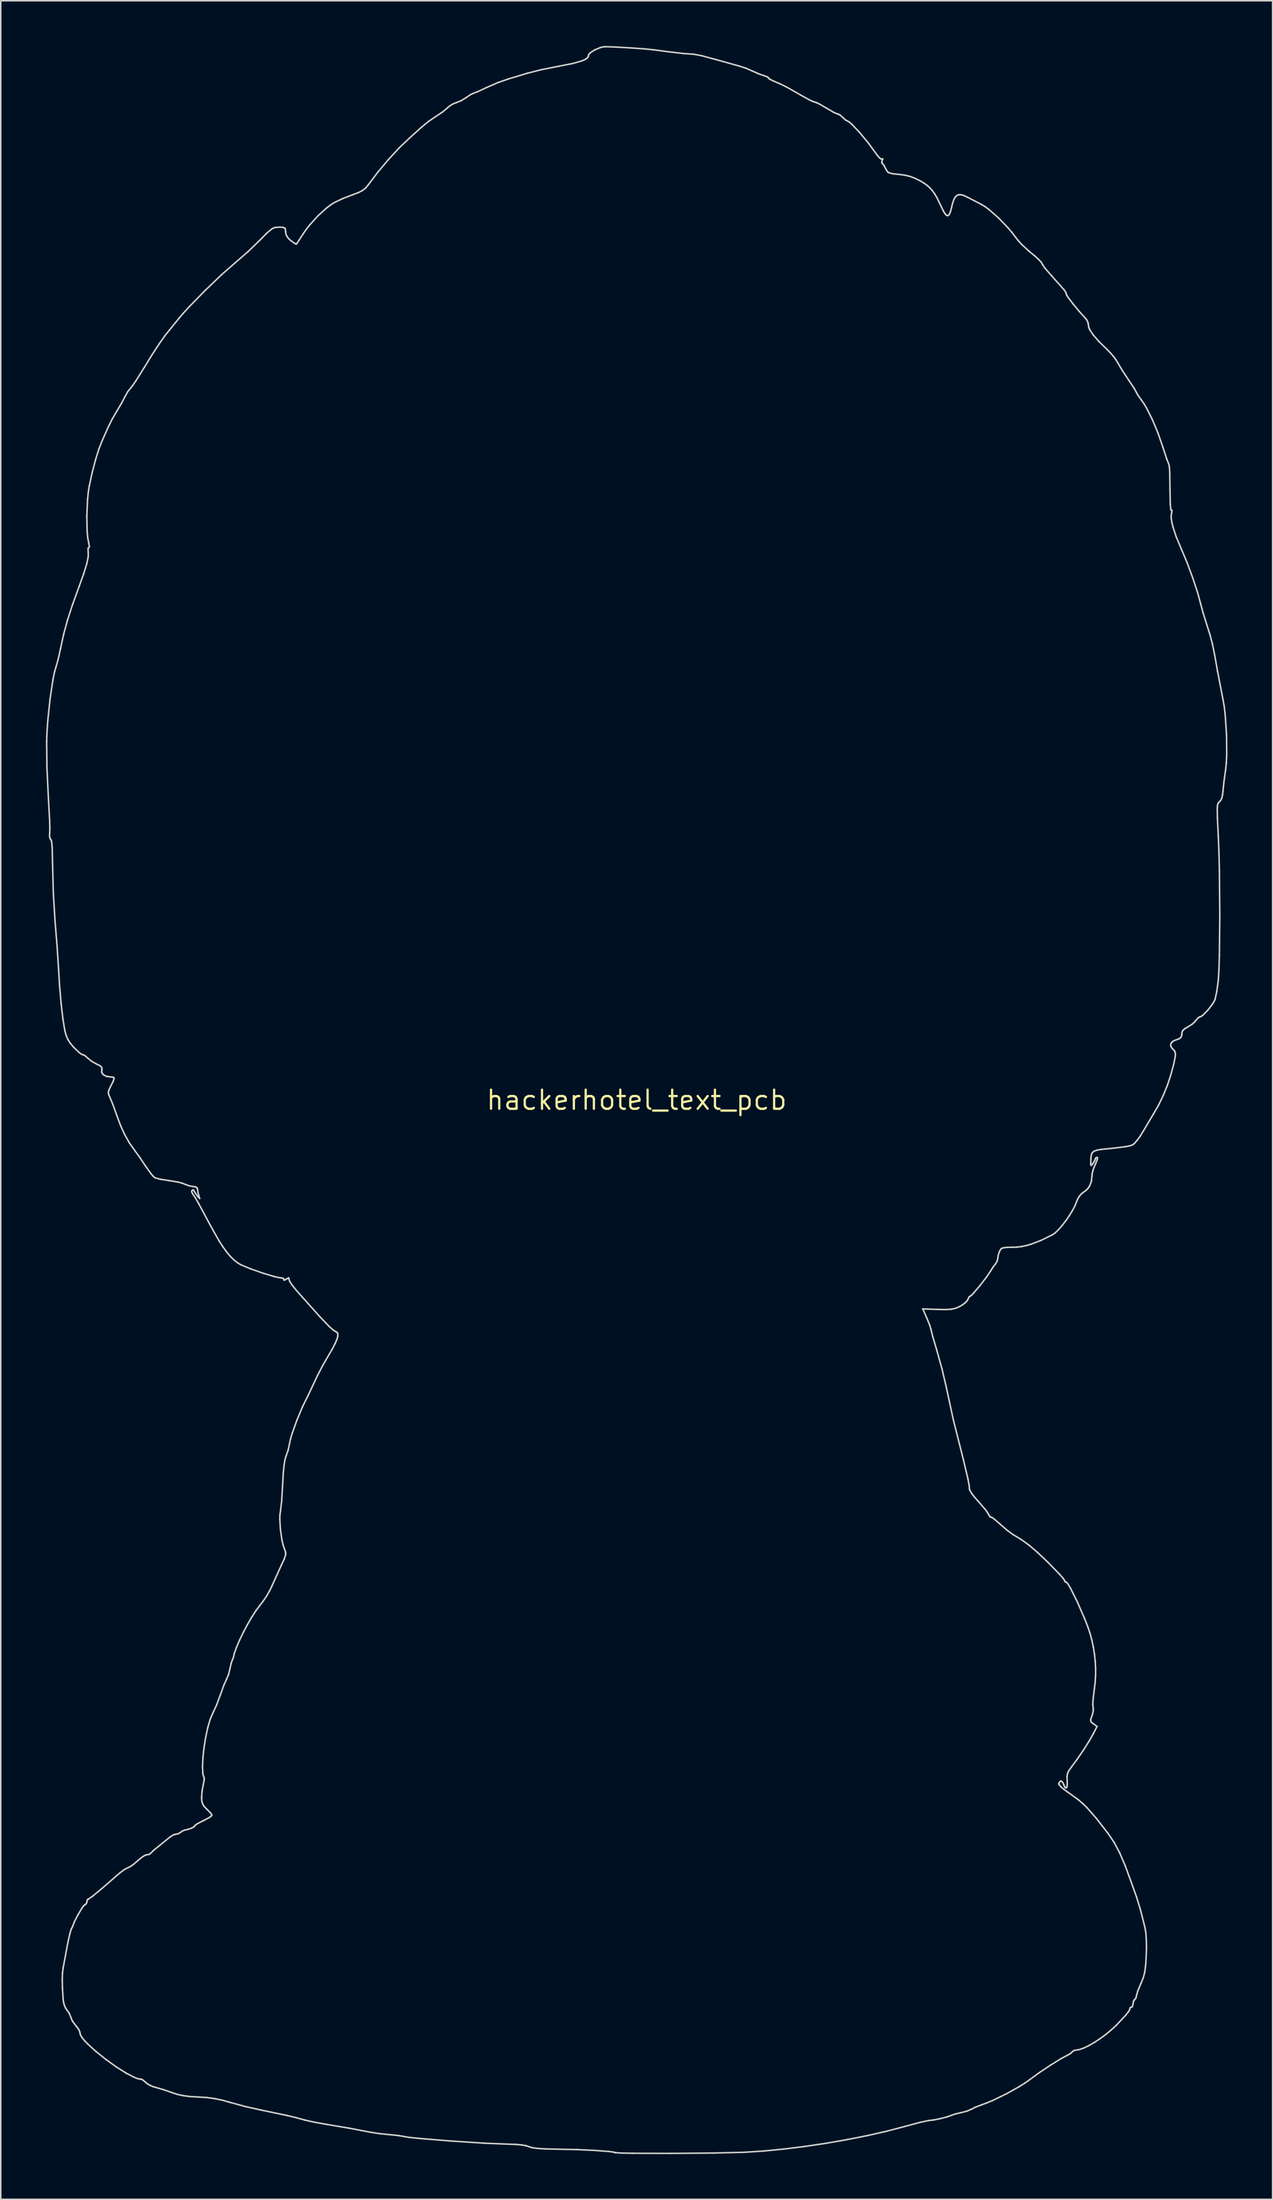
<source format=kicad_pcb>
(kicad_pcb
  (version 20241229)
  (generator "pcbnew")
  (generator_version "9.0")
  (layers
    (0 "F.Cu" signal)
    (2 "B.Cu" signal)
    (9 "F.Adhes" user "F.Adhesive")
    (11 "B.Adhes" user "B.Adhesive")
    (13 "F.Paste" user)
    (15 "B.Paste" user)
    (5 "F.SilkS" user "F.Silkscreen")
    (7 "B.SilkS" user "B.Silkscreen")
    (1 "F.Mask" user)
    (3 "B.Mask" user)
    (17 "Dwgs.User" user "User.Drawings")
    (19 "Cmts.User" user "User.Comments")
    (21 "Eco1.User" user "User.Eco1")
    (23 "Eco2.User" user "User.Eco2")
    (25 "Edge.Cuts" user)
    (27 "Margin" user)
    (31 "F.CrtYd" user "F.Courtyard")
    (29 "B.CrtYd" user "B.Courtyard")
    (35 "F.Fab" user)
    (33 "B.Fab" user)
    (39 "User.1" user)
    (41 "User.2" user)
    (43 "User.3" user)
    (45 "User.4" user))
  (footprint "hackerhotel_text_pcb"
    (layer "F.Cu")
    (at 39.253 69.993)
    (property "Reference" "hackerhotel_text_pcb" (at 0 0 0) (layer "F.SilkS") (effects (font (size 1.27 1.27) (thickness 0.15))))
    (attr through_hole)
    (fp_line (start -39.203 -23.832) (end -39.178 -24.482) (stroke (width 0.1) (type solid)) (layer "Edge.Cuts"))
    (fp_line (start -39.184 -22.066) (end -39.203 -23.832) (stroke (width 0.1) (type solid)) (layer "Edge.Cuts"))
    (fp_line (start -39.178 -24.482) (end -39.128 -25.193) (stroke (width 0.1) (type solid)) (layer "Edge.Cuts"))
    (fp_line (start -39.128 -25.193) (end -38.974 -26.661) (stroke (width 0.1) (type solid)) (layer "Edge.Cuts"))
    (fp_line (start -39.092 -20.135) (end -39.184 -22.066) (stroke (width 0.1) (type solid)) (layer "Edge.Cuts"))
    (fp_line (start -39.012 -17.587) (end -39.001 -17.731) (stroke (width 0.1) (type solid)) (layer "Edge.Cuts"))
    (fp_line (start -39.006 -18.584) (end -39.092 -20.135) (stroke (width 0.1) (type solid)) (layer "Edge.Cuts"))
    (fp_line (start -39.002 -17.457) (end -39.012 -17.587) (stroke (width 0.1) (type solid)) (layer "Edge.Cuts"))
    (fp_line (start -39.001 -17.731) (end -38.992 -18.031) (stroke (width 0.1) (type solid)) (layer "Edge.Cuts"))
    (fp_line (start -38.992 -18.031) (end -39.006 -18.584) (stroke (width 0.1) (type solid)) (layer "Edge.Cuts"))
    (fp_line (start -38.974 -26.661) (end -38.778 -27.952) (stroke (width 0.1) (type solid)) (layer "Edge.Cuts"))
    (fp_line (start -38.973 -17.356) (end -39.002 -17.457) (stroke (width 0.1) (type solid)) (layer "Edge.Cuts"))
    (fp_line (start -38.929 -17.298) (end -38.973 -17.356) (stroke (width 0.1) (type solid)) (layer "Edge.Cuts"))
    (fp_line (start -38.9 -17.251) (end -38.929 -17.298) (stroke (width 0.1) (type solid)) (layer "Edge.Cuts"))
    (fp_line (start -38.875 -17.15) (end -38.9 -17.251) (stroke (width 0.1) (type solid)) (layer "Edge.Cuts"))
    (fp_line (start -38.836 -16.786) (end -38.875 -17.15) (stroke (width 0.1) (type solid)) (layer "Edge.Cuts"))
    (fp_line (start -38.804 -15.429) (end -38.836 -16.786) (stroke (width 0.1) (type solid)) (layer "Edge.Cuts"))
    (fp_line (start -38.778 -27.952) (end -38.675 -28.444) (stroke (width 0.1) (type solid)) (layer "Edge.Cuts"))
    (fp_line (start -38.756 -13.63) (end -38.804 -15.429) (stroke (width 0.1) (type solid)) (layer "Edge.Cuts"))
    (fp_line (start -38.675 -28.444) (end -38.575 -28.786) (stroke (width 0.1) (type solid)) (layer "Edge.Cuts"))
    (fp_line (start -38.641 -11.823) (end -38.756 -13.63) (stroke (width 0.1) (type solid)) (layer "Edge.Cuts"))
    (fp_line (start -38.575 -28.786) (end -38.436 -29.274) (stroke (width 0.1) (type solid)) (layer "Edge.Cuts"))
    (fp_line (start -38.507 -10.175) (end -38.641 -11.823) (stroke (width 0.1) (type solid)) (layer "Edge.Cuts"))
    (fp_line (start -38.436 -29.274) (end -38.281 -29.976) (stroke (width 0.1) (type solid)) (layer "Edge.Cuts"))
    (fp_line (start -38.416 -8.759) (end -38.507 -10.175) (stroke (width 0.1) (type solid)) (layer "Edge.Cuts"))
    (fp_line (start -38.342 -7.557) (end -38.416 -8.759) (stroke (width 0.1) (type solid)) (layer "Edge.Cuts"))
    (fp_line (start -38.281 -29.976) (end -38.076 -30.918) (stroke (width 0.1) (type solid)) (layer "Edge.Cuts"))
    (fp_line (start -38.24 -6.394) (end -38.342 -7.557) (stroke (width 0.1) (type solid)) (layer "Edge.Cuts"))
    (fp_line (start -38.167 58.429) (end -38.152 57.993) (stroke (width 0.1) (type solid)) (layer "Edge.Cuts"))
    (fp_line (start -38.152 57.993) (end -38.107 57.622) (stroke (width 0.1) (type solid)) (layer "Edge.Cuts"))
    (fp_line (start -38.152 58.988) (end -38.167 58.429) (stroke (width 0.1) (type solid)) (layer "Edge.Cuts"))
    (fp_line (start -38.122 -5.379) (end -38.24 -6.394) (stroke (width 0.1) (type solid)) (layer "Edge.Cuts"))
    (fp_line (start -38.107 57.622) (end -37.793 55.941) (stroke (width 0.1) (type solid)) (layer "Edge.Cuts"))
    (fp_line (start -38.106 59.727) (end -38.152 58.988) (stroke (width 0.1) (type solid)) (layer "Edge.Cuts"))
    (fp_line (start -38.077 59.921) (end -38.106 59.727) (stroke (width 0.1) (type solid)) (layer "Edge.Cuts"))
    (fp_line (start -38.076 -30.918) (end -37.82 -31.861) (stroke (width 0.1) (type solid)) (layer "Edge.Cuts"))
    (fp_line (start -38.022 60.114) (end -38.077 59.921) (stroke (width 0.1) (type solid)) (layer "Edge.Cuts"))
    (fp_line (start -37.998 -4.62) (end -38.122 -5.379) (stroke (width 0.1) (type solid)) (layer "Edge.Cuts"))
    (fp_line (start -37.949 60.284) (end -38.022 60.114) (stroke (width 0.1) (type solid)) (layer "Edge.Cuts"))
    (fp_line (start -37.915 -4.307) (end -37.998 -4.62) (stroke (width 0.1) (type solid)) (layer "Edge.Cuts"))
    (fp_line (start -37.866 60.407) (end -37.949 60.284) (stroke (width 0.1) (type solid)) (layer "Edge.Cuts"))
    (fp_line (start -37.82 -31.861) (end -37.483 -32.899) (stroke (width 0.1) (type solid)) (layer "Edge.Cuts"))
    (fp_line (start -37.799 -4.034) (end -37.915 -4.307) (stroke (width 0.1) (type solid)) (layer "Edge.Cuts"))
    (fp_line (start -37.793 55.941) (end -37.66 55.345) (stroke (width 0.1) (type solid)) (layer "Edge.Cuts"))
    (fp_line (start -37.699 60.65) (end -37.866 60.407) (stroke (width 0.1) (type solid)) (layer "Edge.Cuts"))
    (fp_line (start -37.66 55.345) (end -37.575 55.066) (stroke (width 0.1) (type solid)) (layer "Edge.Cuts"))
    (fp_line (start -37.636 -3.777) (end -37.799 -4.034) (stroke (width 0.1) (type solid)) (layer "Edge.Cuts"))
    (fp_line (start -37.588 60.919) (end -37.699 60.65) (stroke (width 0.1) (type solid)) (layer "Edge.Cuts"))
    (fp_line (start -37.575 55.066) (end -37.488 54.892) (stroke (width 0.1) (type solid)) (layer "Edge.Cuts"))
    (fp_line (start -37.54 61.052) (end -37.588 60.919) (stroke (width 0.1) (type solid)) (layer "Edge.Cuts"))
    (fp_line (start -37.488 54.892) (end -37.357 54.556) (stroke (width 0.1) (type solid)) (layer "Edge.Cuts"))
    (fp_line (start -37.483 -32.899) (end -37.037 -34.128) (stroke (width 0.1) (type solid)) (layer "Edge.Cuts"))
    (fp_line (start -37.461 61.201) (end -37.54 61.052) (stroke (width 0.1) (type solid)) (layer "Edge.Cuts"))
    (fp_line (start -37.414 -3.511) (end -37.636 -3.777) (stroke (width 0.1) (type solid)) (layer "Edge.Cuts"))
    (fp_line (start -37.357 54.556) (end -37.113 54.084) (stroke (width 0.1) (type solid)) (layer "Edge.Cuts"))
    (fp_line (start -37.252 61.477) (end -37.461 61.201) (stroke (width 0.1) (type solid)) (layer "Edge.Cuts"))
    (fp_line (start -37.148 61.6) (end -37.252 61.477) (stroke (width 0.1) (type solid)) (layer "Edge.Cuts"))
    (fp_line (start -37.113 54.084) (end -36.857 53.656) (stroke (width 0.1) (type solid)) (layer "Edge.Cuts"))
    (fp_line (start -37.063 61.734) (end -37.148 61.6) (stroke (width 0.1) (type solid)) (layer "Edge.Cuts"))
    (fp_line (start -37.049 -3.16) (end -37.414 -3.511) (stroke (width 0.1) (type solid)) (layer "Edge.Cuts"))
    (fp_line (start -37.037 -34.128) (end -36.733 -34.972) (stroke (width 0.1) (type solid)) (layer "Edge.Cuts"))
    (fp_line (start -37.005 61.862) (end -37.063 61.734) (stroke (width 0.1) (type solid)) (layer "Edge.Cuts"))
    (fp_line (start -36.984 61.969) (end -37.005 61.862) (stroke (width 0.1) (type solid)) (layer "Edge.Cuts"))
    (fp_line (start -36.948 62.099) (end -36.984 61.969) (stroke (width 0.1) (type solid)) (layer "Edge.Cuts"))
    (fp_line (start -36.907 -3.053) (end -37.049 -3.16) (stroke (width 0.1) (type solid)) (layer "Edge.Cuts"))
    (fp_line (start -36.857 53.656) (end -36.756 53.514) (stroke (width 0.1) (type solid)) (layer "Edge.Cuts"))
    (fp_line (start -36.843 62.267) (end -36.948 62.099) (stroke (width 0.1) (type solid)) (layer "Edge.Cuts"))
    (fp_line (start -36.817 -3.014) (end -36.907 -3.053) (stroke (width 0.1) (type solid)) (layer "Edge.Cuts"))
    (fp_line (start -36.756 53.514) (end -36.688 53.449) (stroke (width 0.1) (type solid)) (layer "Edge.Cuts"))
    (fp_line (start -36.746 -2.995) (end -36.817 -3.014) (stroke (width 0.1) (type solid)) (layer "Edge.Cuts"))
    (fp_line (start -36.733 -34.972) (end -36.54 -35.6) (stroke (width 0.1) (type solid)) (layer "Edge.Cuts"))
    (fp_line (start -36.688 53.449) (end -36.626 53.413) (stroke (width 0.1) (type solid)) (layer "Edge.Cuts"))
    (fp_line (start -36.678 62.467) (end -36.843 62.267) (stroke (width 0.1) (type solid)) (layer "Edge.Cuts"))
    (fp_line (start -36.656 -2.944) (end -36.746 -2.995) (stroke (width 0.1) (type solid)) (layer "Edge.Cuts"))
    (fp_line (start -36.626 53.413) (end -36.576 53.36) (stroke (width 0.1) (type solid)) (layer "Edge.Cuts"))
    (fp_line (start -36.576 53.36) (end -36.542 53.296) (stroke (width 0.1) (type solid)) (layer "Edge.Cuts"))
    (fp_line (start -36.542 53.296) (end -36.529 53.23) (stroke (width 0.1) (type solid)) (layer "Edge.Cuts"))
    (fp_line (start -36.54 -35.6) (end -36.446 -36.052) (stroke (width 0.1) (type solid)) (layer "Edge.Cuts"))
    (fp_line (start -36.535 -38.758) (end -36.486 -39.856) (stroke (width 0.1) (type solid)) (layer "Edge.Cuts"))
    (fp_line (start -36.529 53.23) (end -36.504 53.118) (stroke (width 0.1) (type solid)) (layer "Edge.Cuts"))
    (fp_line (start -36.512 -37.734) (end -36.535 -38.758) (stroke (width 0.1) (type solid)) (layer "Edge.Cuts"))
    (fp_line (start -36.504 53.118) (end -36.477 53.083) (stroke (width 0.1) (type solid)) (layer "Edge.Cuts"))
    (fp_line (start -36.486 -39.856) (end -36.437 -40.356) (stroke (width 0.1) (type solid)) (layer "Edge.Cuts"))
    (fp_line (start -36.477 53.083) (end -36.444 53.071) (stroke (width 0.1) (type solid)) (layer "Edge.Cuts"))
    (fp_line (start -36.473 -37.324) (end -36.512 -37.734) (stroke (width 0.1) (type solid)) (layer "Edge.Cuts"))
    (fp_line (start -36.464 -2.777) (end -36.656 -2.944) (stroke (width 0.1) (type solid)) (layer "Edge.Cuts"))
    (fp_line (start -36.463 62.691) (end -36.678 62.467) (stroke (width 0.1) (type solid)) (layer "Edge.Cuts"))
    (fp_line (start -36.451 -36.593) (end -36.434 -36.662) (stroke (width 0.1) (type solid)) (layer "Edge.Cuts"))
    (fp_line (start -36.446 -36.052) (end -36.434 -36.224) (stroke (width 0.1) (type solid)) (layer "Edge.Cuts"))
    (fp_line (start -36.444 53.071) (end -36.133 52.852) (stroke (width 0.1) (type solid)) (layer "Edge.Cuts"))
    (fp_line (start -36.443 -36.365) (end -36.451 -36.593) (stroke (width 0.1) (type solid)) (layer "Edge.Cuts"))
    (fp_line (start -36.437 -40.356) (end -36.37 -40.783) (stroke (width 0.1) (type solid)) (layer "Edge.Cuts"))
    (fp_line (start -36.434 -36.224) (end -36.443 -36.365) (stroke (width 0.1) (type solid)) (layer "Edge.Cuts"))
    (fp_line (start -36.434 -36.662) (end -36.404 -36.688) (stroke (width 0.1) (type solid)) (layer "Edge.Cuts"))
    (fp_line (start -36.415 -37.025) (end -36.473 -37.324) (stroke (width 0.1) (type solid)) (layer "Edge.Cuts"))
    (fp_line (start -36.404 -36.688) (end -36.378 -36.714) (stroke (width 0.1) (type solid)) (layer "Edge.Cuts"))
    (fp_line (start -36.378 -36.714) (end -36.372 -36.787) (stroke (width 0.1) (type solid)) (layer "Edge.Cuts"))
    (fp_line (start -36.372 -36.787) (end -36.415 -37.025) (stroke (width 0.1) (type solid)) (layer "Edge.Cuts"))
    (fp_line (start -36.37 -40.783) (end -36.175 -41.676) (stroke (width 0.1) (type solid)) (layer "Edge.Cuts"))
    (fp_line (start -36.199 -2.562) (end -36.464 -2.777) (stroke (width 0.1) (type solid)) (layer "Edge.Cuts"))
    (fp_line (start -36.175 -41.676) (end -35.955 -42.515) (stroke (width 0.1) (type solid)) (layer "Edge.Cuts"))
    (fp_line (start -36.133 52.852) (end -35.505 52.328) (stroke (width 0.1) (type solid)) (layer "Edge.Cuts"))
    (fp_line (start -35.955 -42.515) (end -35.727 -43.243) (stroke (width 0.1) (type solid)) (layer "Edge.Cuts"))
    (fp_line (start -35.912 63.189) (end -36.463 62.691) (stroke (width 0.1) (type solid)) (layer "Edge.Cuts"))
    (fp_line (start -35.864 -2.379) (end -36.199 -2.562) (stroke (width 0.1) (type solid)) (layer "Edge.Cuts"))
    (fp_line (start -35.727 -43.243) (end -35.508 -43.798) (stroke (width 0.1) (type solid)) (layer "Edge.Cuts"))
    (fp_line (start -35.68 -2.29) (end -35.864 -2.379) (stroke (width 0.1) (type solid)) (layer "Edge.Cuts"))
    (fp_line (start -35.571 -2.204) (end -35.68 -2.29) (stroke (width 0.1) (type solid)) (layer "Edge.Cuts"))
    (fp_line (start -35.548 -1.897) (end -35.539 -1.989) (stroke (width 0.1) (type solid)) (layer "Edge.Cuts"))
    (fp_line (start -35.539 -1.989) (end -35.528 -2.108) (stroke (width 0.1) (type solid)) (layer "Edge.Cuts"))
    (fp_line (start -35.529 -1.811) (end -35.548 -1.897) (stroke (width 0.1) (type solid)) (layer "Edge.Cuts"))
    (fp_line (start -35.528 -2.108) (end -35.571 -2.204) (stroke (width 0.1) (type solid)) (layer "Edge.Cuts"))
    (fp_line (start -35.508 -43.798) (end -35.1 -44.708) (stroke (width 0.1) (type solid)) (layer "Edge.Cuts"))
    (fp_line (start -35.505 52.328) (end -34.33 51.31) (stroke (width 0.1) (type solid)) (layer "Edge.Cuts"))
    (fp_line (start -35.484 -1.734) (end -35.529 -1.811) (stroke (width 0.1) (type solid)) (layer "Edge.Cuts"))
    (fp_line (start -35.415 -1.667) (end -35.484 -1.734) (stroke (width 0.1) (type solid)) (layer "Edge.Cuts"))
    (fp_line (start -35.258 63.711) (end -35.912 63.189) (stroke (width 0.1) (type solid)) (layer "Edge.Cuts"))
    (fp_line (start -35.214 -1.57) (end -35.415 -1.667) (stroke (width 0.1) (type solid)) (layer "Edge.Cuts"))
    (fp_line (start -35.104 -0.525) (end -35.056 -0.696) (stroke (width 0.1) (type solid)) (layer "Edge.Cuts"))
    (fp_line (start -35.1 -44.708) (end -34.856 -45.197) (stroke (width 0.1) (type solid)) (layer "Edge.Cuts"))
    (fp_line (start -35.086 -0.374) (end -35.104 -0.525) (stroke (width 0.1) (type solid)) (layer "Edge.Cuts"))
    (fp_line (start -35.056 -0.696) (end -34.938 -0.934) (stroke (width 0.1) (type solid)) (layer "Edge.Cuts"))
    (fp_line (start -35.007 -0.196) (end -35.086 -0.374) (stroke (width 0.1) (type solid)) (layer "Edge.Cuts"))
    (fp_line (start -34.944 -1.535) (end -35.214 -1.57) (stroke (width 0.1) (type solid)) (layer "Edge.Cuts"))
    (fp_line (start -34.938 -0.934) (end -34.777 -1.253) (stroke (width 0.1) (type solid)) (layer "Edge.Cuts"))
    (fp_line (start -34.856 -45.197) (end -34.546 -45.732) (stroke (width 0.1) (type solid)) (layer "Edge.Cuts"))
    (fp_line (start -34.806 0.286) (end -35.007 -0.196) (stroke (width 0.1) (type solid)) (layer "Edge.Cuts"))
    (fp_line (start -34.78 -1.516) (end -34.944 -1.535) (stroke (width 0.1) (type solid)) (layer "Edge.Cuts"))
    (fp_line (start -34.777 -1.253) (end -34.724 -1.435) (stroke (width 0.1) (type solid)) (layer "Edge.Cuts"))
    (fp_line (start -34.738 -1.486) (end -34.78 -1.516) (stroke (width 0.1) (type solid)) (layer "Edge.Cuts"))
    (fp_line (start -34.724 -1.435) (end -34.738 -1.486) (stroke (width 0.1) (type solid)) (layer "Edge.Cuts"))
    (fp_line (start -34.567 64.206) (end -35.258 63.711) (stroke (width 0.1) (type solid)) (layer "Edge.Cuts"))
    (fp_line (start -34.547 1.009) (end -34.806 0.286) (stroke (width 0.1) (type solid)) (layer "Edge.Cuts"))
    (fp_line (start -34.546 -45.732) (end -34.236 -46.254) (stroke (width 0.1) (type solid)) (layer "Edge.Cuts"))
    (fp_line (start -34.33 51.31) (end -34.033 51.092) (stroke (width 0.1) (type solid)) (layer "Edge.Cuts"))
    (fp_line (start -34.291 1.698) (end -34.547 1.009) (stroke (width 0.1) (type solid)) (layer "Edge.Cuts"))
    (fp_line (start -34.236 -46.254) (end -33.996 -46.712) (stroke (width 0.1) (type solid)) (layer "Edge.Cuts"))
    (fp_line (start -34.033 51.092) (end -33.77 50.958) (stroke (width 0.1) (type solid)) (layer "Edge.Cuts"))
    (fp_line (start -34.008 2.313) (end -34.291 1.698) (stroke (width 0.1) (type solid)) (layer "Edge.Cuts"))
    (fp_line (start -33.996 -46.712) (end -33.809 -47.045) (stroke (width 0.1) (type solid)) (layer "Edge.Cuts"))
    (fp_line (start -33.908 64.622) (end -34.567 64.206) (stroke (width 0.1) (type solid)) (layer "Edge.Cuts"))
    (fp_line (start -33.809 -47.045) (end -33.629 -47.268) (stroke (width 0.1) (type solid)) (layer "Edge.Cuts"))
    (fp_line (start -33.77 50.958) (end -33.646 50.898) (stroke (width 0.1) (type solid)) (layer "Edge.Cuts"))
    (fp_line (start -33.695 2.863) (end -34.008 2.313) (stroke (width 0.1) (type solid)) (layer "Edge.Cuts"))
    (fp_line (start -33.646 50.898) (end -33.485 50.791) (stroke (width 0.1) (type solid)) (layer "Edge.Cuts"))
    (fp_line (start -33.629 -47.268) (end -33.501 -47.424) (stroke (width 0.1) (type solid)) (layer "Edge.Cuts"))
    (fp_line (start -33.501 -47.424) (end -33.283 -47.742) (stroke (width 0.1) (type solid)) (layer "Edge.Cuts"))
    (fp_line (start -33.485 50.791) (end -33.136 50.498) (stroke (width 0.1) (type solid)) (layer "Edge.Cuts"))
    (fp_line (start -33.348 64.909) (end -33.908 64.622) (stroke (width 0.1) (type solid)) (layer "Edge.Cuts"))
    (fp_line (start -33.346 3.357) (end -33.695 2.863) (stroke (width 0.1) (type solid)) (layer "Edge.Cuts"))
    (fp_line (start -33.283 -47.742) (end -32.696 -48.677) (stroke (width 0.1) (type solid)) (layer "Edge.Cuts"))
    (fp_line (start -33.136 50.498) (end -32.966 50.349) (stroke (width 0.1) (type solid)) (layer "Edge.Cuts"))
    (fp_line (start -33.126 64.989) (end -33.348 64.909) (stroke (width 0.1) (type solid)) (layer "Edge.Cuts"))
    (fp_line (start -33.003 3.829) (end -33.346 3.357) (stroke (width 0.1) (type solid)) (layer "Edge.Cuts"))
    (fp_line (start -32.966 50.349) (end -32.798 50.227) (stroke (width 0.1) (type solid)) (layer "Edge.Cuts"))
    (fp_line (start -32.954 65.017) (end -33.126 64.989) (stroke (width 0.1) (type solid)) (layer "Edge.Cuts"))
    (fp_line (start -32.882 65.034) (end -32.954 65.017) (stroke (width 0.1) (type solid)) (layer "Edge.Cuts"))
    (fp_line (start -32.798 50.227) (end -32.649 50.144) (stroke (width 0.1) (type solid)) (layer "Edge.Cuts"))
    (fp_line (start -32.794 65.081) (end -32.882 65.034) (stroke (width 0.1) (type solid)) (layer "Edge.Cuts"))
    (fp_line (start -32.696 -48.677) (end -32.191 -49.499) (stroke (width 0.1) (type solid)) (layer "Edge.Cuts"))
    (fp_line (start -32.649 50.144) (end -32.54 50.114) (stroke (width 0.1) (type solid)) (layer "Edge.Cuts"))
    (fp_line (start -32.618 4.406) (end -33.003 3.829) (stroke (width 0.1) (type solid)) (layer "Edge.Cuts"))
    (fp_line (start -32.611 65.237) (end -32.794 65.081) (stroke (width 0.1) (type solid)) (layer "Edge.Cuts"))
    (fp_line (start -32.54 50.114) (end -32.387 50.087) (stroke (width 0.1) (type solid)) (layer "Edge.Cuts"))
    (fp_line (start -32.496 65.332) (end -32.611 65.237) (stroke (width 0.1) (type solid)) (layer "Edge.Cuts"))
    (fp_line (start -32.387 50.087) (end -32.301 50.024) (stroke (width 0.1) (type solid)) (layer "Edge.Cuts"))
    (fp_line (start -32.331 65.426) (end -32.496 65.332) (stroke (width 0.1) (type solid)) (layer "Edge.Cuts"))
    (fp_line (start -32.301 50.024) (end -32.125 49.845) (stroke (width 0.1) (type solid)) (layer "Edge.Cuts"))
    (fp_line (start -32.267 4.896) (end -32.618 4.406) (stroke (width 0.1) (type solid)) (layer "Edge.Cuts"))
    (fp_line (start -32.191 -49.499) (end -31.739 -50.193) (stroke (width 0.1) (type solid)) (layer "Edge.Cuts"))
    (fp_line (start -32.138 65.508) (end -32.331 65.426) (stroke (width 0.1) (type solid)) (layer "Edge.Cuts"))
    (fp_line (start -32.125 49.845) (end -31.755 49.541) (stroke (width 0.1) (type solid)) (layer "Edge.Cuts"))
    (fp_line (start -32.115 5.07) (end -32.267 4.896) (stroke (width 0.1) (type solid)) (layer "Edge.Cuts"))
    (fp_line (start -32.006 5.162) (end -32.115 5.07) (stroke (width 0.1) (type solid)) (layer "Edge.Cuts"))
    (fp_line (start -31.939 65.568) (end -32.138 65.508) (stroke (width 0.1) (type solid)) (layer "Edge.Cuts"))
    (fp_line (start -31.755 49.541) (end -31.023 48.948) (stroke (width 0.1) (type solid)) (layer "Edge.Cuts"))
    (fp_line (start -31.739 -50.193) (end -31.351 -50.744) (stroke (width 0.1) (type solid)) (layer "Edge.Cuts"))
    (fp_line (start -31.649 5.26) (end -32.006 5.162) (stroke (width 0.1) (type solid)) (layer "Edge.Cuts"))
    (fp_line (start -31.422 65.717) (end -31.939 65.568) (stroke (width 0.1) (type solid)) (layer "Edge.Cuts"))
    (fp_line (start -31.351 -50.744) (end -31.037 -51.136) (stroke (width 0.1) (type solid)) (layer "Edge.Cuts"))
    (fp_line (start -31.069 5.348) (end -31.649 5.26) (stroke (width 0.1) (type solid)) (layer "Edge.Cuts"))
    (fp_line (start -31.037 -51.136) (end -30.437 -51.875) (stroke (width 0.1) (type solid)) (layer "Edge.Cuts"))
    (fp_line (start -31.023 48.948) (end -30.81 48.807) (stroke (width 0.1) (type solid)) (layer "Edge.Cuts"))
    (fp_line (start -30.841 65.92) (end -31.422 65.717) (stroke (width 0.1) (type solid)) (layer "Edge.Cuts"))
    (fp_line (start -30.81 48.807) (end -30.704 48.764) (stroke (width 0.1) (type solid)) (layer "Edge.Cuts"))
    (fp_line (start -30.704 48.764) (end -30.615 48.749) (stroke (width 0.1) (type solid)) (layer "Edge.Cuts"))
    (fp_line (start -30.615 48.749) (end -30.45 48.713) (stroke (width 0.1) (type solid)) (layer "Edge.Cuts"))
    (fp_line (start -30.496 66.032) (end -30.841 65.92) (stroke (width 0.1) (type solid)) (layer "Edge.Cuts"))
    (fp_line (start -30.456 5.451) (end -31.069 5.348) (stroke (width 0.1) (type solid)) (layer "Edge.Cuts"))
    (fp_line (start -30.45 48.713) (end -30.31 48.627) (stroke (width 0.1) (type solid)) (layer "Edge.Cuts"))
    (fp_line (start -30.437 -51.875) (end -30.126 -52.243) (stroke (width 0.1) (type solid)) (layer "Edge.Cuts"))
    (fp_line (start -30.31 48.627) (end -30.178 48.533) (stroke (width 0.1) (type solid)) (layer "Edge.Cuts"))
    (fp_line (start -30.2 5.519) (end -30.456 5.451) (stroke (width 0.1) (type solid)) (layer "Edge.Cuts"))
    (fp_line (start -30.178 48.533) (end -30.031 48.478) (stroke (width 0.1) (type solid)) (layer "Edge.Cuts"))
    (fp_line (start -30.126 -52.243) (end -29.705 -52.702) (stroke (width 0.1) (type solid)) (layer "Edge.Cuts"))
    (fp_line (start -30.108 66.114) (end -30.496 66.032) (stroke (width 0.1) (type solid)) (layer "Edge.Cuts"))
    (fp_line (start -30.031 48.478) (end -29.788 48.421) (stroke (width 0.1) (type solid)) (layer "Edge.Cuts"))
    (fp_line (start -30.022 5.587) (end -30.2 5.519) (stroke (width 0.1) (type solid)) (layer "Edge.Cuts"))
    (fp_line (start -29.788 48.421) (end -29.574 48.345) (stroke (width 0.1) (type solid)) (layer "Edge.Cuts"))
    (fp_line (start -29.727 5.699) (end -30.022 5.587) (stroke (width 0.1) (type solid)) (layer "Edge.Cuts"))
    (fp_line (start -29.705 -52.702) (end -28.661 -53.768) (stroke (width 0.1) (type solid)) (layer "Edge.Cuts"))
    (fp_line (start -29.66 66.169) (end -30.108 66.114) (stroke (width 0.1) (type solid)) (layer "Edge.Cuts"))
    (fp_line (start -29.574 48.345) (end -29.421 48.264) (stroke (width 0.1) (type solid)) (layer "Edge.Cuts"))
    (fp_line (start -29.562 6.1) (end -29.559 6.043) (stroke (width 0.1) (type solid)) (layer "Edge.Cuts"))
    (fp_line (start -29.559 6.043) (end -29.534 5.999) (stroke (width 0.1) (type solid)) (layer "Edge.Cuts"))
    (fp_line (start -29.534 5.999) (end -29.496 5.977) (stroke (width 0.1) (type solid)) (layer "Edge.Cuts"))
    (fp_line (start -29.504 6.227) (end -29.562 6.1) (stroke (width 0.1) (type solid)) (layer "Edge.Cuts"))
    (fp_line (start -29.496 5.977) (end -29.458 5.978) (stroke (width 0.1) (type solid)) (layer "Edge.Cuts"))
    (fp_line (start -29.458 5.978) (end -29.4 6.043) (stroke (width 0.1) (type solid)) (layer "Edge.Cuts"))
    (fp_line (start -29.449 5.746) (end -29.727 5.699) (stroke (width 0.1) (type solid)) (layer "Edge.Cuts"))
    (fp_line (start -29.421 48.264) (end -29.362 48.192) (stroke (width 0.1) (type solid)) (layer "Edge.Cuts"))
    (fp_line (start -29.4 6.043) (end -29.316 6.195) (stroke (width 0.1) (type solid)) (layer "Edge.Cuts"))
    (fp_line (start -29.362 48.192) (end -29.317 48.139) (stroke (width 0.1) (type solid)) (layer "Edge.Cuts"))
    (fp_line (start -29.344 6.462) (end -29.504 6.227) (stroke (width 0.1) (type solid)) (layer "Edge.Cuts"))
    (fp_line (start -29.334 5.758) (end -29.449 5.746) (stroke (width 0.1) (type solid)) (layer "Edge.Cuts"))
    (fp_line (start -29.317 48.139) (end -29.195 48.056) (stroke (width 0.1) (type solid)) (layer "Edge.Cuts"))
    (fp_line (start -29.316 6.195) (end -29.178 6.384) (stroke (width 0.1) (type solid)) (layer "Edge.Cuts"))
    (fp_line (start -29.249 5.796) (end -29.334 5.758) (stroke (width 0.1) (type solid)) (layer "Edge.Cuts"))
    (fp_line (start -29.196 5.859) (end -29.249 5.796) (stroke (width 0.1) (type solid)) (layer "Edge.Cuts"))
    (fp_line (start -29.195 48.056) (end -28.793 47.85) (stroke (width 0.1) (type solid)) (layer "Edge.Cuts"))
    (fp_line (start -29.178 6.384) (end -29.038 6.539) (stroke (width 0.1) (type solid)) (layer "Edge.Cuts"))
    (fp_line (start -29.176 5.945) (end -29.196 5.859) (stroke (width 0.1) (type solid)) (layer "Edge.Cuts"))
    (fp_line (start -29.146 6.152) (end -29.176 5.945) (stroke (width 0.1) (type solid)) (layer "Edge.Cuts"))
    (fp_line (start -29.135 66.199) (end -29.66 66.169) (stroke (width 0.1) (type solid)) (layer "Edge.Cuts"))
    (fp_line (start -29.098 6.885) (end -29.344 6.462) (stroke (width 0.1) (type solid)) (layer "Edge.Cuts"))
    (fp_line (start -29.085 6.371) (end -29.146 6.152) (stroke (width 0.1) (type solid)) (layer "Edge.Cuts"))
    (fp_line (start -29.038 6.539) (end -29.085 6.371) (stroke (width 0.1) (type solid)) (layer "Edge.Cuts"))
    (fp_line (start -28.907 46.312) (end -28.875 45.87) (stroke (width 0.1) (type solid)) (layer "Edge.Cuts"))
    (fp_line (start -28.892 46.555) (end -28.907 46.312) (stroke (width 0.1) (type solid)) (layer "Edge.Cuts"))
    (fp_line (start -28.875 45.87) (end -28.797 45.461) (stroke (width 0.1) (type solid)) (layer "Edge.Cuts"))
    (fp_line (start -28.848 44.227) (end -28.818 43.641) (stroke (width 0.1) (type solid)) (layer "Edge.Cuts"))
    (fp_line (start -28.839 46.745) (end -28.892 46.555) (stroke (width 0.1) (type solid)) (layer "Edge.Cuts"))
    (fp_line (start -28.828 44.688) (end -28.848 44.227) (stroke (width 0.1) (type solid)) (layer "Edge.Cuts"))
    (fp_line (start -28.818 43.641) (end -28.745 42.985) (stroke (width 0.1) (type solid)) (layer "Edge.Cuts"))
    (fp_line (start -28.797 44.856) (end -28.828 44.688) (stroke (width 0.1) (type solid)) (layer "Edge.Cuts"))
    (fp_line (start -28.797 45.461) (end -28.738 45.158) (stroke (width 0.1) (type solid)) (layer "Edge.Cuts"))
    (fp_line (start -28.793 47.85) (end -28.392 47.638) (stroke (width 0.1) (type solid)) (layer "Edge.Cuts"))
    (fp_line (start -28.751 44.971) (end -28.797 44.856) (stroke (width 0.1) (type solid)) (layer "Edge.Cuts"))
    (fp_line (start -28.745 42.985) (end -28.636 42.311) (stroke (width 0.1) (type solid)) (layer "Edge.Cuts"))
    (fp_line (start -28.738 45.158) (end -28.735 45.042) (stroke (width 0.1) (type solid)) (layer "Edge.Cuts"))
    (fp_line (start -28.735 46.91) (end -28.839 46.745) (stroke (width 0.1) (type solid)) (layer "Edge.Cuts"))
    (fp_line (start -28.735 45.042) (end -28.751 44.971) (stroke (width 0.1) (type solid)) (layer "Edge.Cuts"))
    (fp_line (start -28.661 -53.768) (end -27.561 -54.821) (stroke (width 0.1) (type solid)) (layer "Edge.Cuts"))
    (fp_line (start -28.636 42.311) (end -28.499 41.675) (stroke (width 0.1) (type solid)) (layer "Edge.Cuts"))
    (fp_line (start -28.583 66.233) (end -29.135 66.199) (stroke (width 0.1) (type solid)) (layer "Edge.Cuts"))
    (fp_line (start -28.566 47.081) (end -28.735 46.91) (stroke (width 0.1) (type solid)) (layer "Edge.Cuts"))
    (fp_line (start -28.499 41.675) (end -28.342 41.129) (stroke (width 0.1) (type solid)) (layer "Edge.Cuts"))
    (fp_line (start -28.392 47.638) (end -28.27 47.549) (stroke (width 0.1) (type solid)) (layer "Edge.Cuts"))
    (fp_line (start -28.342 41.129) (end -28.171 40.728) (stroke (width 0.1) (type solid)) (layer "Edge.Cuts"))
    (fp_line (start -28.325 47.326) (end -28.566 47.081) (stroke (width 0.1) (type solid)) (layer "Edge.Cuts"))
    (fp_line (start -28.304 8.363) (end -29.098 6.885) (stroke (width 0.1) (type solid)) (layer "Edge.Cuts"))
    (fp_line (start -28.27 47.549) (end -28.225 47.489) (stroke (width 0.1) (type solid)) (layer "Edge.Cuts"))
    (fp_line (start -28.252 47.425) (end -28.325 47.326) (stroke (width 0.1) (type solid)) (layer "Edge.Cuts"))
    (fp_line (start -28.225 47.489) (end -28.252 47.425) (stroke (width 0.1) (type solid)) (layer "Edge.Cuts"))
    (fp_line (start -28.171 40.728) (end -27.913 40.173) (stroke (width 0.1) (type solid)) (layer "Edge.Cuts"))
    (fp_line (start -28.07 66.3) (end -28.583 66.233) (stroke (width 0.1) (type solid)) (layer "Edge.Cuts"))
    (fp_line (start -27.913 40.173) (end -27.654 39.477) (stroke (width 0.1) (type solid)) (layer "Edge.Cuts"))
    (fp_line (start -27.747 9.352) (end -28.304 8.363) (stroke (width 0.1) (type solid)) (layer "Edge.Cuts"))
    (fp_line (start -27.654 39.477) (end -27.427 38.848) (stroke (width 0.1) (type solid)) (layer "Edge.Cuts"))
    (fp_line (start -27.567 66.403) (end -28.07 66.3) (stroke (width 0.1) (type solid)) (layer "Edge.Cuts"))
    (fp_line (start -27.561 -54.821) (end -26.658 -55.61) (stroke (width 0.1) (type solid)) (layer "Edge.Cuts"))
    (fp_line (start -27.486 9.754) (end -27.747 9.352) (stroke (width 0.1) (type solid)) (layer "Edge.Cuts"))
    (fp_line (start -27.427 38.848) (end -27.249 38.453) (stroke (width 0.1) (type solid)) (layer "Edge.Cuts"))
    (fp_line (start -27.249 38.453) (end -27.123 38.159) (stroke (width 0.1) (type solid)) (layer "Edge.Cuts"))
    (fp_line (start -27.236 10.098) (end -27.486 9.754) (stroke (width 0.1) (type solid)) (layer "Edge.Cuts"))
    (fp_line (start -27.123 38.159) (end -27.024 37.771) (stroke (width 0.1) (type solid)) (layer "Edge.Cuts"))
    (fp_line (start -27.044 66.548) (end -27.567 66.403) (stroke (width 0.1) (type solid)) (layer "Edge.Cuts"))
    (fp_line (start -27.024 37.771) (end -26.947 37.416) (stroke (width 0.1) (type solid)) (layer "Edge.Cuts"))
    (fp_line (start -26.992 10.387) (end -27.236 10.098) (stroke (width 0.1) (type solid)) (layer "Edge.Cuts"))
    (fp_line (start -26.947 37.416) (end -26.875 37.202) (stroke (width 0.1) (type solid)) (layer "Edge.Cuts"))
    (fp_line (start -26.875 37.202) (end -26.8 37.031) (stroke (width 0.1) (type solid)) (layer "Edge.Cuts"))
    (fp_line (start -26.8 37.031) (end -26.728 36.726) (stroke (width 0.1) (type solid)) (layer "Edge.Cuts"))
    (fp_line (start -26.755 10.622) (end -26.992 10.387) (stroke (width 0.1) (type solid)) (layer "Edge.Cuts"))
    (fp_line (start -26.728 36.726) (end -26.582 36.32) (stroke (width 0.1) (type solid)) (layer "Edge.Cuts"))
    (fp_line (start -26.658 -55.61) (end -25.835 -56.324) (stroke (width 0.1) (type solid)) (layer "Edge.Cuts"))
    (fp_line (start -26.582 36.32) (end -26.377 35.846) (stroke (width 0.1) (type solid)) (layer "Edge.Cuts"))
    (fp_line (start -26.52 10.807) (end -26.755 10.622) (stroke (width 0.1) (type solid)) (layer "Edge.Cuts"))
    (fp_line (start -26.377 35.846) (end -26.13 35.334) (stroke (width 0.1) (type solid)) (layer "Edge.Cuts"))
    (fp_line (start -26.288 10.944) (end -26.52 10.807) (stroke (width 0.1) (type solid)) (layer "Edge.Cuts"))
    (fp_line (start -26.13 35.334) (end -25.856 34.818) (stroke (width 0.1) (type solid)) (layer "Edge.Cuts"))
    (fp_line (start -26.01 66.83) (end -27.044 66.548) (stroke (width 0.1) (type solid)) (layer "Edge.Cuts"))
    (fp_line (start -25.856 34.818) (end -25.572 34.33) (stroke (width 0.1) (type solid)) (layer "Edge.Cuts"))
    (fp_line (start -25.835 -56.324) (end -25.018 -57.115) (stroke (width 0.1) (type solid)) (layer "Edge.Cuts"))
    (fp_line (start -25.644 11.212) (end -26.288 10.944) (stroke (width 0.1) (type solid)) (layer "Edge.Cuts"))
    (fp_line (start -25.572 34.33) (end -25.295 33.9) (stroke (width 0.1) (type solid)) (layer "Edge.Cuts"))
    (fp_line (start -25.295 33.9) (end -25.039 33.561) (stroke (width 0.1) (type solid)) (layer "Edge.Cuts"))
    (fp_line (start -25.039 33.561) (end -24.814 33.269) (stroke (width 0.1) (type solid)) (layer "Edge.Cuts"))
    (fp_line (start -25.018 -57.115) (end -24.569 -57.57) (stroke (width 0.1) (type solid)) (layer "Edge.Cuts"))
    (fp_line (start -24.94 67.07) (end -26.01 66.83) (stroke (width 0.1) (type solid)) (layer "Edge.Cuts"))
    (fp_line (start -24.828 11.497) (end -25.644 11.212) (stroke (width 0.1) (type solid)) (layer "Edge.Cuts"))
    (fp_line (start -24.814 33.269) (end -24.589 32.932) (stroke (width 0.1) (type solid)) (layer "Edge.Cuts"))
    (fp_line (start -24.589 32.932) (end -24.391 32.592) (stroke (width 0.1) (type solid)) (layer "Edge.Cuts"))
    (fp_line (start -24.569 -57.57) (end -24.267 -57.825) (stroke (width 0.1) (type solid)) (layer "Edge.Cuts"))
    (fp_line (start -24.391 32.592) (end -24.245 32.29) (stroke (width 0.1) (type solid)) (layer "Edge.Cuts"))
    (fp_line (start -24.267 -57.825) (end -24.145 -57.895) (stroke (width 0.1) (type solid)) (layer "Edge.Cuts"))
    (fp_line (start -24.245 32.29) (end -23.614 30.897) (stroke (width 0.1) (type solid)) (layer "Edge.Cuts"))
    (fp_line (start -24.145 -57.895) (end -24.028 -57.937) (stroke (width 0.1) (type solid)) (layer "Edge.Cuts"))
    (fp_line (start -24.082 11.72) (end -24.828 11.497) (stroke (width 0.1) (type solid)) (layer "Edge.Cuts"))
    (fp_line (start -24.028 -57.937) (end -23.77 -57.961) (stroke (width 0.1) (type solid)) (layer "Edge.Cuts"))
    (fp_line (start -23.81 11.784) (end -24.082 11.72) (stroke (width 0.1) (type solid)) (layer "Edge.Cuts"))
    (fp_line (start -23.77 -57.961) (end -23.533 -57.953) (stroke (width 0.1) (type solid)) (layer "Edge.Cuts"))
    (fp_line (start -23.712 27.82) (end -23.703 27.533) (stroke (width 0.1) (type solid)) (layer "Edge.Cuts"))
    (fp_line (start -23.703 27.533) (end -23.671 27.317) (stroke (width 0.1) (type solid)) (layer "Edge.Cuts"))
    (fp_line (start -23.672 28.516) (end -23.712 27.82) (stroke (width 0.1) (type solid)) (layer "Edge.Cuts"))
    (fp_line (start -23.671 27.317) (end -23.589 26.625) (stroke (width 0.1) (type solid)) (layer "Edge.Cuts"))
    (fp_line (start -23.646 11.803) (end -23.81 11.784) (stroke (width 0.1) (type solid)) (layer "Edge.Cuts"))
    (fp_line (start -23.614 30.897) (end -23.415 30.471) (stroke (width 0.1) (type solid)) (layer "Edge.Cuts"))
    (fp_line (start -23.589 26.625) (end -23.519 25.46) (stroke (width 0.1) (type solid)) (layer "Edge.Cuts"))
    (fp_line (start -23.569 29.221) (end -23.672 28.516) (stroke (width 0.1) (type solid)) (layer "Edge.Cuts"))
    (fp_line (start -23.533 -57.953) (end -23.401 -57.912) (stroke (width 0.1) (type solid)) (layer "Edge.Cuts"))
    (fp_line (start -23.519 25.46) (end -23.482 24.8) (stroke (width 0.1) (type solid)) (layer "Edge.Cuts"))
    (fp_line (start -23.505 11.829) (end -23.646 11.803) (stroke (width 0.1) (type solid)) (layer "Edge.Cuts"))
    (fp_line (start -23.5 29.52) (end -23.569 29.221) (stroke (width 0.1) (type solid)) (layer "Edge.Cuts"))
    (fp_line (start -23.482 24.8) (end -23.431 24.267) (stroke (width 0.1) (type solid)) (layer "Edge.Cuts"))
    (fp_line (start -23.462 11.864) (end -23.505 11.829) (stroke (width 0.1) (type solid)) (layer "Edge.Cuts"))
    (fp_line (start -23.447 11.91) (end -23.462 11.864) (stroke (width 0.1) (type solid)) (layer "Edge.Cuts"))
    (fp_line (start -23.435 11.951) (end -23.447 11.91) (stroke (width 0.1) (type solid)) (layer "Edge.Cuts"))
    (fp_line (start -23.431 24.267) (end -23.368 23.875) (stroke (width 0.1) (type solid)) (layer "Edge.Cuts"))
    (fp_line (start -23.422 29.753) (end -23.5 29.52) (stroke (width 0.1) (type solid)) (layer "Edge.Cuts"))
    (fp_line (start -23.415 30.471) (end -23.327 30.201) (stroke (width 0.1) (type solid)) (layer "Edge.Cuts"))
    (fp_line (start -23.401 11.961) (end -23.435 11.951) (stroke (width 0.1) (type solid)) (layer "Edge.Cuts"))
    (fp_line (start -23.401 -57.912) (end -23.365 -57.873) (stroke (width 0.1) (type solid)) (layer "Edge.Cuts"))
    (fp_line (start -23.368 23.875) (end -23.296 23.64) (stroke (width 0.1) (type solid)) (layer "Edge.Cuts"))
    (fp_line (start -23.365 -57.873) (end -23.343 -57.818) (stroke (width 0.1) (type solid)) (layer "Edge.Cuts"))
    (fp_line (start -23.343 -57.818) (end -23.327 -57.649) (stroke (width 0.1) (type solid)) (layer "Edge.Cuts"))
    (fp_line (start -23.335 29.993) (end -23.422 29.753) (stroke (width 0.1) (type solid)) (layer "Edge.Cuts"))
    (fp_line (start -23.327 -57.649) (end -23.303 -57.495) (stroke (width 0.1) (type solid)) (layer "Edge.Cuts"))
    (fp_line (start -23.327 30.201) (end -23.32 30.095) (stroke (width 0.1) (type solid)) (layer "Edge.Cuts"))
    (fp_line (start -23.32 30.095) (end -23.335 29.993) (stroke (width 0.1) (type solid)) (layer "Edge.Cuts"))
    (fp_line (start -23.303 -57.495) (end -23.237 -57.347) (stroke (width 0.1) (type solid)) (layer "Edge.Cuts"))
    (fp_line (start -23.296 23.64) (end -23.158 23.249) (stroke (width 0.1) (type solid)) (layer "Edge.Cuts"))
    (fp_line (start -23.276 11.889) (end -23.401 11.961) (stroke (width 0.1) (type solid)) (layer "Edge.Cuts"))
    (fp_line (start -23.237 -57.347) (end -23.129 -57.203) (stroke (width 0.1) (type solid)) (layer "Edge.Cuts"))
    (fp_line (start -23.236 67.425) (end -24.94 67.07) (stroke (width 0.1) (type solid)) (layer "Edge.Cuts"))
    (fp_line (start -23.158 23.249) (end -23.053 22.754) (stroke (width 0.1) (type solid)) (layer "Edge.Cuts"))
    (fp_line (start -23.141 11.807) (end -23.276 11.889) (stroke (width 0.1) (type solid)) (layer "Edge.Cuts"))
    (fp_line (start -23.129 -57.203) (end -22.98 -57.066) (stroke (width 0.1) (type solid)) (layer "Edge.Cuts"))
    (fp_line (start -23.114 11.826) (end -23.141 11.807) (stroke (width 0.1) (type solid)) (layer "Edge.Cuts"))
    (fp_line (start -23.105 11.886) (end -23.114 11.826) (stroke (width 0.1) (type solid)) (layer "Edge.Cuts"))
    (fp_line (start -23.053 22.754) (end -22.996 22.489) (stroke (width 0.1) (type solid)) (layer "Edge.Cuts"))
    (fp_line (start -23.053 12.044) (end -23.105 11.886) (stroke (width 0.1) (type solid)) (layer "Edge.Cuts"))
    (fp_line (start -22.996 22.489) (end -22.89 22.134) (stroke (width 0.1) (type solid)) (layer "Edge.Cuts"))
    (fp_line (start -22.98 -57.066) (end -22.729 -56.888) (stroke (width 0.1) (type solid)) (layer "Edge.Cuts"))
    (fp_line (start -22.891 12.291) (end -23.053 12.044) (stroke (width 0.1) (type solid)) (layer "Edge.Cuts"))
    (fp_line (start -22.89 22.134) (end -22.577 21.263) (stroke (width 0.1) (type solid)) (layer "Edge.Cuts"))
    (fp_line (start -22.729 -56.888) (end -22.644 -56.844) (stroke (width 0.1) (type solid)) (layer "Edge.Cuts"))
    (fp_line (start -22.644 -56.844) (end -22.602 -56.839) (stroke (width 0.1) (type solid)) (layer "Edge.Cuts"))
    (fp_line (start -22.613 12.636) (end -22.891 12.291) (stroke (width 0.1) (type solid)) (layer "Edge.Cuts"))
    (fp_line (start -22.602 -56.839) (end -22.167 -57.506) (stroke (width 0.1) (type solid)) (layer "Edge.Cuts"))
    (fp_line (start -22.577 21.263) (end -22.199 20.356) (stroke (width 0.1) (type solid)) (layer "Edge.Cuts"))
    (fp_line (start -22.571 67.585) (end -23.236 67.425) (stroke (width 0.1) (type solid)) (layer "Edge.Cuts"))
    (fp_line (start -22.214 13.086) (end -22.613 12.636) (stroke (width 0.1) (type solid)) (layer "Edge.Cuts"))
    (fp_line (start -22.199 20.356) (end -21.837 19.625) (stroke (width 0.1) (type solid)) (layer "Edge.Cuts"))
    (fp_line (start -22.167 -57.506) (end -21.959 -57.808) (stroke (width 0.1) (type solid)) (layer "Edge.Cuts"))
    (fp_line (start -22.068 67.725) (end -22.571 67.585) (stroke (width 0.1) (type solid)) (layer "Edge.Cuts"))
    (fp_line (start -21.959 -57.808) (end -21.719 -58.115) (stroke (width 0.1) (type solid)) (layer "Edge.Cuts"))
    (fp_line (start -21.837 19.625) (end -21.62 19.17) (stroke (width 0.1) (type solid)) (layer "Edge.Cuts"))
    (fp_line (start -21.719 -58.115) (end -21.176 -58.714) (stroke (width 0.1) (type solid)) (layer "Edge.Cuts"))
    (fp_line (start -21.62 19.17) (end -21.22 18.319) (stroke (width 0.1) (type solid)) (layer "Edge.Cuts"))
    (fp_line (start -21.462 67.863) (end -22.068 67.725) (stroke (width 0.1) (type solid)) (layer "Edge.Cuts"))
    (fp_line (start -21.22 18.319) (end -20.836 17.578) (stroke (width 0.1) (type solid)) (layer "Edge.Cuts"))
    (fp_line (start -21.176 -58.714) (end -20.607 -59.231) (stroke (width 0.1) (type solid)) (layer "Edge.Cuts"))
    (fp_line (start -21.024 14.416) (end -22.214 13.086) (stroke (width 0.1) (type solid)) (layer "Edge.Cuts"))
    (fp_line (start -20.836 17.578) (end -20.233 16.547) (stroke (width 0.1) (type solid)) (layer "Edge.Cuts"))
    (fp_line (start -20.607 -59.231) (end -20.335 -59.438) (stroke (width 0.1) (type solid)) (layer "Edge.Cuts"))
    (fp_line (start -20.546 68.027) (end -21.462 67.863) (stroke (width 0.1) (type solid)) (layer "Edge.Cuts"))
    (fp_line (start -20.411 15.055) (end -21.024 14.416) (stroke (width 0.1) (type solid)) (layer "Edge.Cuts"))
    (fp_line (start -20.335 -59.438) (end -20.082 -59.598) (stroke (width 0.1) (type solid)) (layer "Edge.Cuts"))
    (fp_line (start -20.233 16.547) (end -20.041 16.177) (stroke (width 0.1) (type solid)) (layer "Edge.Cuts"))
    (fp_line (start -20.171 15.266) (end -20.411 15.055) (stroke (width 0.1) (type solid)) (layer "Edge.Cuts"))
    (fp_line (start -20.082 -59.598) (end -19.52 -59.864) (stroke (width 0.1) (type solid)) (layer "Edge.Cuts"))
    (fp_line (start -20.041 16.177) (end -19.916 15.89) (stroke (width 0.1) (type solid)) (layer "Edge.Cuts"))
    (fp_line (start -20.019 15.364) (end -20.171 15.266) (stroke (width 0.1) (type solid)) (layer "Edge.Cuts"))
    (fp_line (start -19.916 15.89) (end -19.856 15.676) (stroke (width 0.1) (type solid)) (layer "Edge.Cuts"))
    (fp_line (start -19.911 15.423) (end -20.019 15.364) (stroke (width 0.1) (type solid)) (layer "Edge.Cuts"))
    (fp_line (start -19.856 15.676) (end -19.855 15.524) (stroke (width 0.1) (type solid)) (layer "Edge.Cuts"))
    (fp_line (start -19.855 15.524) (end -19.911 15.423) (stroke (width 0.1) (type solid)) (layer "Edge.Cuts"))
    (fp_line (start -19.52 -59.864) (end -18.857 -60.117) (stroke (width 0.1) (type solid)) (layer "Edge.Cuts"))
    (fp_line (start -19.086 68.272) (end -20.546 68.027) (stroke (width 0.1) (type solid)) (layer "Edge.Cuts"))
    (fp_line (start -18.857 -60.117) (end -18.485 -60.256) (stroke (width 0.1) (type solid)) (layer "Edge.Cuts"))
    (fp_line (start -18.485 -60.256) (end -18.212 -60.397) (stroke (width 0.1) (type solid)) (layer "Edge.Cuts"))
    (fp_line (start -18.212 -60.397) (end -18.004 -60.565) (stroke (width 0.1) (type solid)) (layer "Edge.Cuts"))
    (fp_line (start -18.004 -60.565) (end -17.825 -60.782) (stroke (width 0.1) (type solid)) (layer "Edge.Cuts"))
    (fp_line (start -17.825 -60.782) (end -17.192 -61.619) (stroke (width 0.1) (type solid)) (layer "Edge.Cuts"))
    (fp_line (start -17.702 68.536) (end -19.086 68.272) (stroke (width 0.1) (type solid)) (layer "Edge.Cuts"))
    (fp_line (start -17.192 -61.619) (end -16.486 -62.46) (stroke (width 0.1) (type solid)) (layer "Edge.Cuts"))
    (fp_line (start -17.083 68.632) (end -17.702 68.536) (stroke (width 0.1) (type solid)) (layer "Edge.Cuts"))
    (fp_line (start -16.486 -62.46) (end -15.767 -63.235) (stroke (width 0.1) (type solid)) (layer "Edge.Cuts"))
    (fp_line (start -16.393 68.702) (end -17.083 68.632) (stroke (width 0.1) (type solid)) (layer "Edge.Cuts"))
    (fp_line (start -15.821 68.759) (end -16.393 68.702) (stroke (width 0.1) (type solid)) (layer "Edge.Cuts"))
    (fp_line (start -15.767 -63.235) (end -15.099 -63.873) (stroke (width 0.1) (type solid)) (layer "Edge.Cuts"))
    (fp_line (start -15.483 68.819) (end -15.821 68.759) (stroke (width 0.1) (type solid)) (layer "Edge.Cuts"))
    (fp_line (start -15.147 68.876) (end -15.483 68.819) (stroke (width 0.1) (type solid)) (layer "Edge.Cuts"))
    (fp_line (start -15.099 -63.873) (end -14.303 -64.593) (stroke (width 0.1) (type solid)) (layer "Edge.Cuts"))
    (fp_line (start -14.451 68.949) (end -15.147 68.876) (stroke (width 0.1) (type solid)) (layer "Edge.Cuts"))
    (fp_line (start -14.303 -64.593) (end -13.822 -64.987) (stroke (width 0.1) (type solid)) (layer "Edge.Cuts"))
    (fp_line (start -13.822 -64.987) (end -13.322 -65.326) (stroke (width 0.1) (type solid)) (layer "Edge.Cuts"))
    (fp_line (start -13.322 -65.326) (end -12.889 -65.615) (stroke (width 0.1) (type solid)) (layer "Edge.Cuts"))
    (fp_line (start -12.889 -65.615) (end -12.564 -65.886) (stroke (width 0.1) (type solid)) (layer "Edge.Cuts"))
    (fp_line (start -12.564 -65.886) (end -12.443 -65.992) (stroke (width 0.1) (type solid)) (layer "Edge.Cuts"))
    (fp_line (start -12.443 -65.992) (end -12.296 -66.091) (stroke (width 0.1) (type solid)) (layer "Edge.Cuts"))
    (fp_line (start -12.387 69.118) (end -14.451 68.949) (stroke (width 0.1) (type solid)) (layer "Edge.Cuts"))
    (fp_line (start -12.296 -66.091) (end -12.14 -66.171) (stroke (width 0.1) (type solid)) (layer "Edge.Cuts"))
    (fp_line (start -12.14 -66.171) (end -11.995 -66.223) (stroke (width 0.1) (type solid)) (layer "Edge.Cuts"))
    (fp_line (start -11.995 -66.223) (end -11.664 -66.357) (stroke (width 0.1) (type solid)) (layer "Edge.Cuts"))
    (fp_line (start -11.664 -66.357) (end -11.321 -66.568) (stroke (width 0.1) (type solid)) (layer "Edge.Cuts"))
    (fp_line (start -11.321 -66.568) (end -11.046 -66.757) (stroke (width 0.1) (type solid)) (layer "Edge.Cuts"))
    (fp_line (start -11.046 -66.757) (end -10.88 -66.835) (stroke (width 0.1) (type solid)) (layer "Edge.Cuts"))
    (fp_line (start -10.88 -66.835) (end -10.579 -66.95) (stroke (width 0.1) (type solid)) (layer "Edge.Cuts"))
    (fp_line (start -10.579 -66.95) (end -9.98 -67.228) (stroke (width 0.1) (type solid)) (layer "Edge.Cuts"))
    (fp_line (start -10.107 69.267) (end -12.387 69.118) (stroke (width 0.1) (type solid)) (layer "Edge.Cuts"))
    (fp_line (start -9.98 -67.228) (end -9.224 -67.557) (stroke (width 0.1) (type solid)) (layer "Edge.Cuts"))
    (fp_line (start -9.224 -67.557) (end -8.544 -67.795) (stroke (width 0.1) (type solid)) (layer "Edge.Cuts"))
    (fp_line (start -8.544 -67.795) (end -7.236 -68.188) (stroke (width 0.1) (type solid)) (layer "Edge.Cuts"))
    (fp_line (start -8.43 69.334) (end -10.107 69.267) (stroke (width 0.1) (type solid)) (layer "Edge.Cuts"))
    (fp_line (start -8.012 69.348) (end -8.43 69.334) (stroke (width 0.1) (type solid)) (layer "Edge.Cuts"))
    (fp_line (start -7.647 69.382) (end -8.012 69.348) (stroke (width 0.1) (type solid)) (layer "Edge.Cuts"))
    (fp_line (start -7.357 69.432) (end -7.647 69.382) (stroke (width 0.1) (type solid)) (layer "Edge.Cuts"))
    (fp_line (start -7.236 -68.188) (end -6.336 -68.416) (stroke (width 0.1) (type solid)) (layer "Edge.Cuts"))
    (fp_line (start -7.166 69.496) (end -7.357 69.432) (stroke (width 0.1) (type solid)) (layer "Edge.Cuts"))
    (fp_line (start -6.943 69.565) (end -7.166 69.496) (stroke (width 0.1) (type solid)) (layer "Edge.Cuts"))
    (fp_line (start -6.571 69.615) (end -6.943 69.565) (stroke (width 0.1) (type solid)) (layer "Edge.Cuts"))
    (fp_line (start -6.336 -68.416) (end -5.132 -68.654) (stroke (width 0.1) (type solid)) (layer "Edge.Cuts"))
    (fp_line (start -6.042 69.647) (end -6.571 69.615) (stroke (width 0.1) (type solid)) (layer "Edge.Cuts"))
    (fp_line (start -5.346 69.662) (end -6.042 69.647) (stroke (width 0.1) (type solid)) (layer "Edge.Cuts"))
    (fp_line (start -5.132 -68.654) (end -4.237 -68.83) (stroke (width 0.1) (type solid)) (layer "Edge.Cuts"))
    (fp_line (start -4.237 -68.83) (end -3.638 -69) (stroke (width 0.1) (type solid)) (layer "Edge.Cuts"))
    (fp_line (start -4.009 69.69) (end -5.346 69.662) (stroke (width 0.1) (type solid)) (layer "Edge.Cuts"))
    (fp_line (start -3.638 -69) (end -3.439 -69.086) (stroke (width 0.1) (type solid)) (layer "Edge.Cuts"))
    (fp_line (start -3.439 -69.086) (end -3.302 -69.176) (stroke (width 0.1) (type solid)) (layer "Edge.Cuts"))
    (fp_line (start -3.302 -69.176) (end -3.223 -69.271) (stroke (width 0.1) (type solid)) (layer "Edge.Cuts"))
    (fp_line (start -3.223 -69.271) (end -3.198 -69.371) (stroke (width 0.1) (type solid)) (layer "Edge.Cuts"))
    (fp_line (start -3.198 -69.371) (end -3.166 -69.451) (stroke (width 0.1) (type solid)) (layer "Edge.Cuts"))
    (fp_line (start -3.166 -69.451) (end -3.079 -69.542) (stroke (width 0.1) (type solid)) (layer "Edge.Cuts"))
    (fp_line (start -3.079 -69.542) (end -2.79 -69.728) (stroke (width 0.1) (type solid)) (layer "Edge.Cuts"))
    (fp_line (start -2.79 -69.728) (end -2.428 -69.879) (stroke (width 0.1) (type solid)) (layer "Edge.Cuts"))
    (fp_line (start -2.786 69.745) (end -4.009 69.69) (stroke (width 0.1) (type solid)) (layer "Edge.Cuts"))
    (fp_line (start -2.428 -69.879) (end -2.25 -69.925) (stroke (width 0.1) (type solid)) (layer "Edge.Cuts"))
    (fp_line (start -2.25 -69.925) (end -2.092 -69.943) (stroke (width 0.1) (type solid)) (layer "Edge.Cuts"))
    (fp_line (start -2.092 -69.943) (end -1.436 -69.922) (stroke (width 0.1) (type solid)) (layer "Edge.Cuts"))
    (fp_line (start -1.859 69.816) (end -2.786 69.745) (stroke (width 0.1) (type solid)) (layer "Edge.Cuts"))
    (fp_line (start -1.565 69.855) (end -1.859 69.816) (stroke (width 0.1) (type solid)) (layer "Edge.Cuts"))
    (fp_line (start -1.436 -69.922) (end -0.429 -69.864) (stroke (width 0.1) (type solid)) (layer "Edge.Cuts"))
    (fp_line (start -1.414 69.892) (end -1.413 69.894) (stroke (width 0.1) (type solid)) (layer "Edge.Cuts"))
    (fp_line (start -1.413 69.894) (end -1.565 69.855) (stroke (width 0.1) (type solid)) (layer "Edge.Cuts"))
    (fp_line (start -1.413 69.894) (end -1.413 69.894) (stroke (width 0.1) (type solid)) (layer "Edge.Cuts"))
    (fp_line (start -1.078 69.918) (end -1.414 69.892) (stroke (width 0.1) (type solid)) (layer "Edge.Cuts"))
    (fp_line (start -0.429 -69.864) (end 0.551 -69.795) (stroke (width 0.1) (type solid)) (layer "Edge.Cuts"))
    (fp_line (start -0.27 69.935) (end -1.078 69.918) (stroke (width 0.1) (type solid)) (layer "Edge.Cuts"))
    (fp_line (start 0.551 -69.795) (end 1.125 -69.737) (stroke (width 0.1) (type solid)) (layer "Edge.Cuts"))
    (fp_line (start 1.125 -69.737) (end 2.006 -69.619) (stroke (width 0.1) (type solid)) (layer "Edge.Cuts"))
    (fp_line (start 2.006 -69.619) (end 3.086 -69.492) (stroke (width 0.1) (type solid)) (layer "Edge.Cuts"))
    (fp_line (start 2.237 69.943) (end -0.27 69.935) (stroke (width 0.1) (type solid)) (layer "Edge.Cuts"))
    (fp_line (start 3.086 -69.492) (end 3.809 -69.44) (stroke (width 0.1) (type solid)) (layer "Edge.Cuts"))
    (fp_line (start 3.809 -69.44) (end 4.324 -69.341) (stroke (width 0.1) (type solid)) (layer "Edge.Cuts"))
    (fp_line (start 4.324 -69.341) (end 5.231 -69.097) (stroke (width 0.1) (type solid)) (layer "Edge.Cuts"))
    (fp_line (start 5.061 69.92) (end 2.237 69.943) (stroke (width 0.1) (type solid)) (layer "Edge.Cuts"))
    (fp_line (start 5.231 -69.097) (end 6.813 -68.657) (stroke (width 0.1) (type solid)) (layer "Edge.Cuts"))
    (fp_line (start 6.813 -68.657) (end 7.231 -68.525) (stroke (width 0.1) (type solid)) (layer "Edge.Cuts"))
    (fp_line (start 7.154 69.869) (end 5.061 69.92) (stroke (width 0.1) (type solid)) (layer "Edge.Cuts"))
    (fp_line (start 7.231 -68.525) (end 7.674 -68.334) (stroke (width 0.1) (type solid)) (layer "Edge.Cuts"))
    (fp_line (start 7.674 -68.334) (end 8.091 -68.147) (stroke (width 0.1) (type solid)) (layer "Edge.Cuts"))
    (fp_line (start 8.091 -68.147) (end 8.442 -68.024) (stroke (width 0.1) (type solid)) (layer "Edge.Cuts"))
    (fp_line (start 8.413 69.787) (end 7.154 69.869) (stroke (width 0.1) (type solid)) (layer "Edge.Cuts"))
    (fp_line (start 8.442 -68.024) (end 8.658 -67.949) (stroke (width 0.1) (type solid)) (layer "Edge.Cuts"))
    (fp_line (start 8.658 -67.949) (end 8.723 -67.909) (stroke (width 0.1) (type solid)) (layer "Edge.Cuts"))
    (fp_line (start 8.723 -67.909) (end 8.747 -67.874) (stroke (width 0.1) (type solid)) (layer "Edge.Cuts"))
    (fp_line (start 8.747 -67.874) (end 8.777 -67.834) (stroke (width 0.1) (type solid)) (layer "Edge.Cuts"))
    (fp_line (start 8.777 -67.834) (end 8.856 -67.778) (stroke (width 0.1) (type solid)) (layer "Edge.Cuts"))
    (fp_line (start 8.856 -67.778) (end 9.117 -67.651) (stroke (width 0.1) (type solid)) (layer "Edge.Cuts"))
    (fp_line (start 9.117 -67.651) (end 9.535 -67.473) (stroke (width 0.1) (type solid)) (layer "Edge.Cuts"))
    (fp_line (start 9.535 -67.473) (end 9.938 -67.277) (stroke (width 0.1) (type solid)) (layer "Edge.Cuts"))
    (fp_line (start 9.755 69.658) (end 8.413 69.787) (stroke (width 0.1) (type solid)) (layer "Edge.Cuts"))
    (fp_line (start 9.938 -67.277) (end 10.909 -66.724) (stroke (width 0.1) (type solid)) (layer "Edge.Cuts"))
    (fp_line (start 10.909 -66.724) (end 11.481 -66.407) (stroke (width 0.1) (type solid)) (layer "Edge.Cuts"))
    (fp_line (start 11.15 69.485) (end 9.755 69.658) (stroke (width 0.1) (type solid)) (layer "Edge.Cuts"))
    (fp_line (start 11.481 -66.407) (end 11.694 -66.308) (stroke (width 0.1) (type solid)) (layer "Edge.Cuts"))
    (fp_line (start 11.694 -66.308) (end 11.819 -66.269) (stroke (width 0.1) (type solid)) (layer "Edge.Cuts"))
    (fp_line (start 11.819 -66.269) (end 11.934 -66.234) (stroke (width 0.1) (type solid)) (layer "Edge.Cuts"))
    (fp_line (start 11.934 -66.234) (end 12.122 -66.146) (stroke (width 0.1) (type solid)) (layer "Edge.Cuts"))
    (fp_line (start 12.122 -66.146) (end 12.61 -65.865) (stroke (width 0.1) (type solid)) (layer "Edge.Cuts"))
    (fp_line (start 12.566 69.274) (end 11.15 69.485) (stroke (width 0.1) (type solid)) (layer "Edge.Cuts"))
    (fp_line (start 12.61 -65.865) (end 13.086 -65.586) (stroke (width 0.1) (type solid)) (layer "Edge.Cuts"))
    (fp_line (start 13.086 -65.586) (end 13.36 -65.47) (stroke (width 0.1) (type solid)) (layer "Edge.Cuts"))
    (fp_line (start 13.36 -65.47) (end 13.427 -65.452) (stroke (width 0.1) (type solid)) (layer "Edge.Cuts"))
    (fp_line (start 13.427 -65.452) (end 13.513 -65.403) (stroke (width 0.1) (type solid)) (layer "Edge.Cuts"))
    (fp_line (start 13.513 -65.403) (end 13.696 -65.242) (stroke (width 0.1) (type solid)) (layer "Edge.Cuts"))
    (fp_line (start 13.696 -65.242) (end 13.867 -65.081) (stroke (width 0.1) (type solid)) (layer "Edge.Cuts"))
    (fp_line (start 13.867 -65.081) (end 13.989 -65.015) (stroke (width 0.1) (type solid)) (layer "Edge.Cuts"))
    (fp_line (start 13.973 69.03) (end 12.566 69.274) (stroke (width 0.1) (type solid)) (layer "Edge.Cuts"))
    (fp_line (start 13.989 -65.015) (end 14.103 -64.958) (stroke (width 0.1) (type solid)) (layer "Edge.Cuts"))
    (fp_line (start 14.103 -64.958) (end 14.287 -64.801) (stroke (width 0.1) (type solid)) (layer "Edge.Cuts"))
    (fp_line (start 14.287 -64.801) (end 14.798 -64.263) (stroke (width 0.1) (type solid)) (layer "Edge.Cuts"))
    (fp_line (start 14.798 -64.263) (end 15.385 -63.556) (stroke (width 0.1) (type solid)) (layer "Edge.Cuts"))
    (fp_line (start 15.338 68.759) (end 13.973 69.03) (stroke (width 0.1) (type solid)) (layer "Edge.Cuts"))
    (fp_line (start 15.385 -63.556) (end 15.913 -62.833) (stroke (width 0.1) (type solid)) (layer "Edge.Cuts"))
    (fp_line (start 15.913 -62.833) (end 16.029 -62.676) (stroke (width 0.1) (type solid)) (layer "Edge.Cuts"))
    (fp_line (start 16.029 -62.676) (end 16.141 -62.557) (stroke (width 0.1) (type solid)) (layer "Edge.Cuts"))
    (fp_line (start 16.141 -62.557) (end 16.235 -62.489) (stroke (width 0.1) (type solid)) (layer "Edge.Cuts"))
    (fp_line (start 16.235 -62.489) (end 16.298 -62.481) (stroke (width 0.1) (type solid)) (layer "Edge.Cuts"))
    (fp_line (start 16.283 -62.28) (end 16.296 -62.226) (stroke (width 0.1) (type solid)) (layer "Edge.Cuts"))
    (fp_line (start 16.296 -62.226) (end 16.328 -62.186) (stroke (width 0.1) (type solid)) (layer "Edge.Cuts"))
    (fp_line (start 16.298 -62.481) (end 16.333 -62.496) (stroke (width 0.1) (type solid)) (layer "Edge.Cuts"))
    (fp_line (start 16.316 -62.403) (end 16.283 -62.28) (stroke (width 0.1) (type solid)) (layer "Edge.Cuts"))
    (fp_line (start 16.328 -62.186) (end 16.439 -62.048) (stroke (width 0.1) (type solid)) (layer "Edge.Cuts"))
    (fp_line (start 16.333 -62.496) (end 16.349 -62.487) (stroke (width 0.1) (type solid)) (layer "Edge.Cuts"))
    (fp_line (start 16.349 -62.487) (end 16.316 -62.403) (stroke (width 0.1) (type solid)) (layer "Edge.Cuts"))
    (fp_line (start 16.439 -62.048) (end 16.56 -61.817) (stroke (width 0.1) (type solid)) (layer "Edge.Cuts"))
    (fp_line (start 16.56 -61.817) (end 16.652 -61.657) (stroke (width 0.1) (type solid)) (layer "Edge.Cuts"))
    (fp_line (start 16.63 68.465) (end 15.338 68.759) (stroke (width 0.1) (type solid)) (layer "Edge.Cuts"))
    (fp_line (start 16.652 -61.657) (end 16.712 -61.602) (stroke (width 0.1) (type solid)) (layer "Edge.Cuts"))
    (fp_line (start 16.712 -61.602) (end 16.791 -61.56) (stroke (width 0.1) (type solid)) (layer "Edge.Cuts"))
    (fp_line (start 16.791 -61.56) (end 17.031 -61.502) (stroke (width 0.1) (type solid)) (layer "Edge.Cuts"))
    (fp_line (start 17.031 -61.502) (end 17.428 -61.462) (stroke (width 0.1) (type solid)) (layer "Edge.Cuts"))
    (fp_line (start 17.428 -61.462) (end 17.808 -61.414) (stroke (width 0.1) (type solid)) (layer "Edge.Cuts"))
    (fp_line (start 17.808 -61.414) (end 18.151 -61.333) (stroke (width 0.1) (type solid)) (layer "Edge.Cuts"))
    (fp_line (start 17.817 68.153) (end 16.63 68.465) (stroke (width 0.1) (type solid)) (layer "Edge.Cuts"))
    (fp_line (start 18.151 -61.333) (end 18.485 -61.208) (stroke (width 0.1) (type solid)) (layer "Edge.Cuts"))
    (fp_line (start 18.485 -61.208) (end 18.837 -61.034) (stroke (width 0.1) (type solid)) (layer "Edge.Cuts"))
    (fp_line (start 18.837 -61.034) (end 19.076 -60.892) (stroke (width 0.1) (type solid)) (layer "Edge.Cuts"))
    (fp_line (start 18.859 67.875) (end 17.817 68.153) (stroke (width 0.1) (type solid)) (layer "Edge.Cuts"))
    (fp_line (start 19.01 13.87) (end 19.282 14.486) (stroke (width 0.1) (type solid)) (layer "Edge.Cuts"))
    (fp_line (start 19.076 -60.892) (end 19.284 -60.745) (stroke (width 0.1) (type solid)) (layer "Edge.Cuts"))
    (fp_line (start 19.282 14.486) (end 19.474 14.958) (stroke (width 0.1) (type solid)) (layer "Edge.Cuts"))
    (fp_line (start 19.284 -60.745) (end 19.468 -60.583) (stroke (width 0.1) (type solid)) (layer "Edge.Cuts"))
    (fp_line (start 19.41 67.759) (end 18.859 67.875) (stroke (width 0.1) (type solid)) (layer "Edge.Cuts"))
    (fp_line (start 19.468 -60.583) (end 19.635 -60.397) (stroke (width 0.1) (type solid)) (layer "Edge.Cuts"))
    (fp_line (start 19.474 14.958) (end 19.553 15.23) (stroke (width 0.1) (type solid)) (layer "Edge.Cuts"))
    (fp_line (start 19.553 15.23) (end 19.666 15.688) (stroke (width 0.1) (type solid)) (layer "Edge.Cuts"))
    (fp_line (start 19.635 -60.397) (end 19.793 -60.18) (stroke (width 0.1) (type solid)) (layer "Edge.Cuts"))
    (fp_line (start 19.666 15.688) (end 19.939 16.609) (stroke (width 0.1) (type solid)) (layer "Edge.Cuts"))
    (fp_line (start 19.734 67.723) (end 19.41 67.759) (stroke (width 0.1) (type solid)) (layer "Edge.Cuts"))
    (fp_line (start 19.793 -60.18) (end 19.947 -59.922) (stroke (width 0.1) (type solid)) (layer "Edge.Cuts"))
    (fp_line (start 19.939 16.609) (end 20.284 17.844) (stroke (width 0.1) (type solid)) (layer "Edge.Cuts"))
    (fp_line (start 19.947 -59.922) (end 20.274 -59.249) (stroke (width 0.1) (type solid)) (layer "Edge.Cuts"))
    (fp_line (start 20.015 13.904) (end 19.01 13.87) (stroke (width 0.1) (type solid)) (layer "Edge.Cuts"))
    (fp_line (start 20.176 67.635) (end 19.734 67.723) (stroke (width 0.1) (type solid)) (layer "Edge.Cuts"))
    (fp_line (start 20.274 -59.249) (end 20.386 -59.019) (stroke (width 0.1) (type solid)) (layer "Edge.Cuts"))
    (fp_line (start 20.284 17.844) (end 20.569 19.055) (stroke (width 0.1) (type solid)) (layer "Edge.Cuts"))
    (fp_line (start 20.386 -59.019) (end 20.485 -58.855) (stroke (width 0.1) (type solid)) (layer "Edge.Cuts"))
    (fp_line (start 20.485 -58.855) (end 20.575 -58.755) (stroke (width 0.1) (type solid)) (layer "Edge.Cuts"))
    (fp_line (start 20.545 13.913) (end 20.015 13.904) (stroke (width 0.1) (type solid)) (layer "Edge.Cuts"))
    (fp_line (start 20.569 19.055) (end 21.033 21.206) (stroke (width 0.1) (type solid)) (layer "Edge.Cuts"))
    (fp_line (start 20.575 -58.755) (end 20.656 -58.722) (stroke (width 0.1) (type solid)) (layer "Edge.Cuts"))
    (fp_line (start 20.606 67.525) (end 20.176 67.635) (stroke (width 0.1) (type solid)) (layer "Edge.Cuts"))
    (fp_line (start 20.656 -58.722) (end 20.729 -58.753) (stroke (width 0.1) (type solid)) (layer "Edge.Cuts"))
    (fp_line (start 20.729 -58.753) (end 20.796 -58.85) (stroke (width 0.1) (type solid)) (layer "Edge.Cuts"))
    (fp_line (start 20.796 -58.85) (end 20.857 -59.013) (stroke (width 0.1) (type solid)) (layer "Edge.Cuts"))
    (fp_line (start 20.857 -59.013) (end 20.915 -59.241) (stroke (width 0.1) (type solid)) (layer "Edge.Cuts"))
    (fp_line (start 20.893 67.422) (end 20.606 67.525) (stroke (width 0.1) (type solid)) (layer "Edge.Cuts"))
    (fp_line (start 20.915 -59.241) (end 20.99 -59.548) (stroke (width 0.1) (type solid)) (layer "Edge.Cuts"))
    (fp_line (start 20.919 13.888) (end 20.545 13.913) (stroke (width 0.1) (type solid)) (layer "Edge.Cuts"))
    (fp_line (start 20.99 -59.548) (end 21.073 -59.787) (stroke (width 0.1) (type solid)) (layer "Edge.Cuts"))
    (fp_line (start 21.033 21.206) (end 21.702 23.859) (stroke (width 0.1) (type solid)) (layer "Edge.Cuts"))
    (fp_line (start 21.073 -59.787) (end 21.169 -59.959) (stroke (width 0.1) (type solid)) (layer "Edge.Cuts"))
    (fp_line (start 21.166 67.327) (end 20.893 67.422) (stroke (width 0.1) (type solid)) (layer "Edge.Cuts"))
    (fp_line (start 21.169 -59.959) (end 21.281 -60.068) (stroke (width 0.1) (type solid)) (layer "Edge.Cuts"))
    (fp_line (start 21.206 13.821) (end 20.919 13.888) (stroke (width 0.1) (type solid)) (layer "Edge.Cuts"))
    (fp_line (start 21.281 -60.068) (end 21.416 -60.117) (stroke (width 0.1) (type solid)) (layer "Edge.Cuts"))
    (fp_line (start 21.416 -60.117) (end 21.577 -60.109) (stroke (width 0.1) (type solid)) (layer "Edge.Cuts"))
    (fp_line (start 21.477 13.701) (end 21.206 13.821) (stroke (width 0.1) (type solid)) (layer "Edge.Cuts"))
    (fp_line (start 21.545 67.24) (end 21.166 67.327) (stroke (width 0.1) (type solid)) (layer "Edge.Cuts"))
    (fp_line (start 21.577 -60.109) (end 21.77 -60.048) (stroke (width 0.1) (type solid)) (layer "Edge.Cuts"))
    (fp_line (start 21.66 13.591) (end 21.477 13.701) (stroke (width 0.1) (type solid)) (layer "Edge.Cuts"))
    (fp_line (start 21.702 23.859) (end 22.012 25.168) (stroke (width 0.1) (type solid)) (layer "Edge.Cuts"))
    (fp_line (start 21.77 -60.048) (end 22 -59.936) (stroke (width 0.1) (type solid)) (layer "Edge.Cuts"))
    (fp_line (start 21.82 13.468) (end 21.66 13.591) (stroke (width 0.1) (type solid)) (layer "Edge.Cuts"))
    (fp_line (start 21.933 67.141) (end 21.545 67.24) (stroke (width 0.1) (type solid)) (layer "Edge.Cuts"))
    (fp_line (start 21.94 13.348) (end 21.82 13.468) (stroke (width 0.1) (type solid)) (layer "Edge.Cuts"))
    (fp_line (start 22 -59.936) (end 22.89 -59.478) (stroke (width 0.1) (type solid)) (layer "Edge.Cuts"))
    (fp_line (start 22.003 13.244) (end 21.94 13.348) (stroke (width 0.1) (type solid)) (layer "Edge.Cuts"))
    (fp_line (start 22.012 25.168) (end 22.093 25.601) (stroke (width 0.1) (type solid)) (layer "Edge.Cuts"))
    (fp_line (start 22.077 13.09) (end 22.003 13.244) (stroke (width 0.1) (type solid)) (layer "Edge.Cuts"))
    (fp_line (start 22.093 25.601) (end 22.107 25.801) (stroke (width 0.1) (type solid)) (layer "Edge.Cuts"))
    (fp_line (start 22.107 25.801) (end 22.134 25.914) (stroke (width 0.1) (type solid)) (layer "Edge.Cuts"))
    (fp_line (start 22.119 13.043) (end 22.077 13.09) (stroke (width 0.1) (type solid)) (layer "Edge.Cuts"))
    (fp_line (start 22.134 25.914) (end 22.25 26.107) (stroke (width 0.1) (type solid)) (layer "Edge.Cuts"))
    (fp_line (start 22.158 13.026) (end 22.119 13.043) (stroke (width 0.1) (type solid)) (layer "Edge.Cuts"))
    (fp_line (start 22.228 67.015) (end 21.933 67.141) (stroke (width 0.1) (type solid)) (layer "Edge.Cuts"))
    (fp_line (start 22.239 12.968) (end 22.158 13.026) (stroke (width 0.1) (type solid)) (layer "Edge.Cuts"))
    (fp_line (start 22.25 26.107) (end 22.438 26.354) (stroke (width 0.1) (type solid)) (layer "Edge.Cuts"))
    (fp_line (start 22.389 12.814) (end 22.239 12.968) (stroke (width 0.1) (type solid)) (layer "Edge.Cuts"))
    (fp_line (start 22.438 26.354) (end 22.678 26.628) (stroke (width 0.1) (type solid)) (layer "Edge.Cuts"))
    (fp_line (start 22.522 66.869) (end 22.228 67.015) (stroke (width 0.1) (type solid)) (layer "Edge.Cuts"))
    (fp_line (start 22.678 26.628) (end 23.142 27.163) (stroke (width 0.1) (type solid)) (layer "Edge.Cuts"))
    (fp_line (start 22.809 12.318) (end 22.389 12.814) (stroke (width 0.1) (type solid)) (layer "Edge.Cuts"))
    (fp_line (start 22.89 -59.478) (end 23.129 -59.335) (stroke (width 0.1) (type solid)) (layer "Edge.Cuts"))
    (fp_line (start 22.91 66.721) (end 22.522 66.869) (stroke (width 0.1) (type solid)) (layer "Edge.Cuts"))
    (fp_line (start 23.129 -59.335) (end 23.408 -59.13) (stroke (width 0.1) (type solid)) (layer "Edge.Cuts"))
    (fp_line (start 23.142 27.163) (end 23.298 27.371) (stroke (width 0.1) (type solid)) (layer "Edge.Cuts"))
    (fp_line (start 23.248 11.75) (end 22.809 12.318) (stroke (width 0.1) (type solid)) (layer "Edge.Cuts"))
    (fp_line (start 23.276 66.587) (end 22.91 66.721) (stroke (width 0.1) (type solid)) (layer "Edge.Cuts"))
    (fp_line (start 23.298 27.371) (end 23.373 27.502) (stroke (width 0.1) (type solid)) (layer "Edge.Cuts"))
    (fp_line (start 23.373 27.502) (end 23.453 27.642) (stroke (width 0.1) (type solid)) (layer "Edge.Cuts"))
    (fp_line (start 23.408 -59.13) (end 24.033 -58.581) (stroke (width 0.1) (type solid)) (layer "Edge.Cuts"))
    (fp_line (start 23.453 27.642) (end 23.504 27.685) (stroke (width 0.1) (type solid)) (layer "Edge.Cuts"))
    (fp_line (start 23.504 27.685) (end 23.554 27.701) (stroke (width 0.1) (type solid)) (layer "Edge.Cuts"))
    (fp_line (start 23.535 11.321) (end 23.248 11.75) (stroke (width 0.1) (type solid)) (layer "Edge.Cuts"))
    (fp_line (start 23.554 27.701) (end 23.64 27.739) (stroke (width 0.1) (type solid)) (layer "Edge.Cuts"))
    (fp_line (start 23.64 27.739) (end 23.785 27.843) (stroke (width 0.1) (type solid)) (layer "Edge.Cuts"))
    (fp_line (start 23.686 11.077) (end 23.535 11.321) (stroke (width 0.1) (type solid)) (layer "Edge.Cuts"))
    (fp_line (start 23.691 66.412) (end 23.276 66.587) (stroke (width 0.1) (type solid)) (layer "Edge.Cuts"))
    (fp_line (start 23.785 27.843) (end 24.176 28.184) (stroke (width 0.1) (type solid)) (layer "Edge.Cuts"))
    (fp_line (start 23.838 10.887) (end 23.686 11.077) (stroke (width 0.1) (type solid)) (layer "Edge.Cuts"))
    (fp_line (start 23.946 10.716) (end 23.838 10.887) (stroke (width 0.1) (type solid)) (layer "Edge.Cuts"))
    (fp_line (start 23.991 10.52) (end 23.946 10.716) (stroke (width 0.1) (type solid)) (layer "Edge.Cuts"))
    (fp_line (start 24.026 10.291) (end 23.991 10.52) (stroke (width 0.1) (type solid)) (layer "Edge.Cuts"))
    (fp_line (start 24.033 -58.581) (end 24.66 -57.93) (stroke (width 0.1) (type solid)) (layer "Edge.Cuts"))
    (fp_line (start 24.112 10.041) (end 24.026 10.291) (stroke (width 0.1) (type solid)) (layer "Edge.Cuts"))
    (fp_line (start 24.176 28.184) (end 24.623 28.577) (stroke (width 0.1) (type solid)) (layer "Edge.Cuts"))
    (fp_line (start 24.199 9.899) (end 24.112 10.041) (stroke (width 0.1) (type solid)) (layer "Edge.Cuts"))
    (fp_line (start 24.257 9.853) (end 24.199 9.899) (stroke (width 0.1) (type solid)) (layer "Edge.Cuts"))
    (fp_line (start 24.336 9.819) (end 24.257 9.853) (stroke (width 0.1) (type solid)) (layer "Edge.Cuts"))
    (fp_line (start 24.581 9.784) (end 24.336 9.819) (stroke (width 0.1) (type solid)) (layer "Edge.Cuts"))
    (fp_line (start 24.588 65.975) (end 23.691 66.412) (stroke (width 0.1) (type solid)) (layer "Edge.Cuts"))
    (fp_line (start 24.623 28.577) (end 24.99 28.842) (stroke (width 0.1) (type solid)) (layer "Edge.Cuts"))
    (fp_line (start 24.66 -57.93) (end 24.942 -57.599) (stroke (width 0.1) (type solid)) (layer "Edge.Cuts"))
    (fp_line (start 24.942 -57.599) (end 25.185 -57.279) (stroke (width 0.1) (type solid)) (layer "Edge.Cuts"))
    (fp_line (start 24.99 28.842) (end 25.557 29.186) (stroke (width 0.1) (type solid)) (layer "Edge.Cuts"))
    (fp_line (start 24.993 9.776) (end 24.581 9.784) (stroke (width 0.1) (type solid)) (layer "Edge.Cuts"))
    (fp_line (start 25.185 -57.279) (end 25.358 -57.06) (stroke (width 0.1) (type solid)) (layer "Edge.Cuts"))
    (fp_line (start 25.279 9.764) (end 24.993 9.776) (stroke (width 0.1) (type solid)) (layer "Edge.Cuts"))
    (fp_line (start 25.358 -57.06) (end 25.577 -56.819) (stroke (width 0.1) (type solid)) (layer "Edge.Cuts"))
    (fp_line (start 25.447 65.493) (end 24.588 65.975) (stroke (width 0.1) (type solid)) (layer "Edge.Cuts"))
    (fp_line (start 25.557 29.186) (end 26.079 29.564) (stroke (width 0.1) (type solid)) (layer "Edge.Cuts"))
    (fp_line (start 25.57 9.728) (end 25.279 9.764) (stroke (width 0.1) (type solid)) (layer "Edge.Cuts"))
    (fp_line (start 25.577 -56.819) (end 26.039 -56.388) (stroke (width 0.1) (type solid)) (layer "Edge.Cuts"))
    (fp_line (start 25.814 65.26) (end 25.447 65.493) (stroke (width 0.1) (type solid)) (layer "Edge.Cuts"))
    (fp_line (start 25.871 9.667) (end 25.57 9.728) (stroke (width 0.1) (type solid)) (layer "Edge.Cuts"))
    (fp_line (start 26.039 -56.388) (end 26.448 -56.051) (stroke (width 0.1) (type solid)) (layer "Edge.Cuts"))
    (fp_line (start 26.079 29.564) (end 26.639 30.044) (stroke (width 0.1) (type solid)) (layer "Edge.Cuts"))
    (fp_line (start 26.112 65.047) (end 25.814 65.26) (stroke (width 0.1) (type solid)) (layer "Edge.Cuts"))
    (fp_line (start 26.184 9.579) (end 25.871 9.667) (stroke (width 0.1) (type solid)) (layer "Edge.Cuts"))
    (fp_line (start 26.448 -56.051) (end 26.731 -55.794) (stroke (width 0.1) (type solid)) (layer "Edge.Cuts"))
    (fp_line (start 26.639 30.044) (end 27.319 30.689) (stroke (width 0.1) (type solid)) (layer "Edge.Cuts"))
    (fp_line (start 26.731 -55.794) (end 26.896 -55.611) (stroke (width 0.1) (type solid)) (layer "Edge.Cuts"))
    (fp_line (start 26.753 64.581) (end 26.112 65.047) (stroke (width 0.1) (type solid)) (layer "Edge.Cuts"))
    (fp_line (start 26.863 9.32) (end 26.184 9.579) (stroke (width 0.1) (type solid)) (layer "Edge.Cuts"))
    (fp_line (start 26.896 -55.611) (end 26.95 -55.493) (stroke (width 0.1) (type solid)) (layer "Edge.Cuts"))
    (fp_line (start 26.95 -55.493) (end 27.135 -55.228) (stroke (width 0.1) (type solid)) (layer "Edge.Cuts"))
    (fp_line (start 27.135 -55.228) (end 27.577 -54.72) (stroke (width 0.1) (type solid)) (layer "Edge.Cuts"))
    (fp_line (start 27.319 30.689) (end 28.102 31.492) (stroke (width 0.1) (type solid)) (layer "Edge.Cuts"))
    (fp_line (start 27.511 64.076) (end 26.753 64.581) (stroke (width 0.1) (type solid)) (layer "Edge.Cuts"))
    (fp_line (start 27.577 -54.72) (end 28.39 -53.808) (stroke (width 0.1) (type solid)) (layer "Edge.Cuts"))
    (fp_line (start 27.631 8.942) (end 26.863 9.32) (stroke (width 0.1) (type solid)) (layer "Edge.Cuts"))
    (fp_line (start 27.82 8.807) (end 27.631 8.942) (stroke (width 0.1) (type solid)) (layer "Edge.Cuts"))
    (fp_line (start 28.039 8.595) (end 27.82 8.807) (stroke (width 0.1) (type solid)) (layer "Edge.Cuts"))
    (fp_line (start 28.051 45.416) (end 28.075 45.47) (stroke (width 0.1) (type solid)) (layer "Edge.Cuts"))
    (fp_line (start 28.052 45.374) (end 28.051 45.416) (stroke (width 0.1) (type solid)) (layer "Edge.Cuts"))
    (fp_line (start 28.075 45.47) (end 28.195 45.61) (stroke (width 0.1) (type solid)) (layer "Edge.Cuts"))
    (fp_line (start 28.102 31.492) (end 28.34 31.764) (stroke (width 0.1) (type solid)) (layer "Edge.Cuts"))
    (fp_line (start 28.126 45.254) (end 28.052 45.374) (stroke (width 0.1) (type solid)) (layer "Edge.Cuts"))
    (fp_line (start 28.169 45.23) (end 28.126 45.254) (stroke (width 0.1) (type solid)) (layer "Edge.Cuts"))
    (fp_line (start 28.195 45.61) (end 28.404 45.786) (stroke (width 0.1) (type solid)) (layer "Edge.Cuts"))
    (fp_line (start 28.207 63.644) (end 27.511 64.076) (stroke (width 0.1) (type solid)) (layer "Edge.Cuts"))
    (fp_line (start 28.212 45.229) (end 28.169 45.23) (stroke (width 0.1) (type solid)) (layer "Edge.Cuts"))
    (fp_line (start 28.275 8.323) (end 28.039 8.595) (stroke (width 0.1) (type solid)) (layer "Edge.Cuts"))
    (fp_line (start 28.298 45.294) (end 28.212 45.229) (stroke (width 0.1) (type solid)) (layer "Edge.Cuts"))
    (fp_line (start 28.34 31.764) (end 28.428 31.899) (stroke (width 0.1) (type solid)) (layer "Edge.Cuts"))
    (fp_line (start 28.371 45.448) (end 28.298 45.294) (stroke (width 0.1) (type solid)) (layer "Edge.Cuts"))
    (fp_line (start 28.39 -53.808) (end 28.515 -53.627) (stroke (width 0.1) (type solid)) (layer "Edge.Cuts"))
    (fp_line (start 28.404 45.786) (end 28.694 45.992) (stroke (width 0.1) (type solid)) (layer "Edge.Cuts"))
    (fp_line (start 28.42 45.574) (end 28.371 45.448) (stroke (width 0.1) (type solid)) (layer "Edge.Cuts"))
    (fp_line (start 28.428 31.899) (end 28.464 31.987) (stroke (width 0.1) (type solid)) (layer "Edge.Cuts"))
    (fp_line (start 28.464 31.987) (end 28.549 32.024) (stroke (width 0.1) (type solid)) (layer "Edge.Cuts"))
    (fp_line (start 28.469 45.65) (end 28.42 45.574) (stroke (width 0.1) (type solid)) (layer "Edge.Cuts"))
    (fp_line (start 28.515 8.012) (end 28.275 8.323) (stroke (width 0.1) (type solid)) (layer "Edge.Cuts"))
    (fp_line (start 28.515 -53.627) (end 28.541 -53.515) (stroke (width 0.1) (type solid)) (layer "Edge.Cuts"))
    (fp_line (start 28.515 45.677) (end 28.469 45.65) (stroke (width 0.1) (type solid)) (layer "Edge.Cuts"))
    (fp_line (start 28.541 -53.515) (end 28.576 -53.434) (stroke (width 0.1) (type solid)) (layer "Edge.Cuts"))
    (fp_line (start 28.549 32.024) (end 28.591 32.051) (stroke (width 0.1) (type solid)) (layer "Edge.Cuts"))
    (fp_line (start 28.556 45.659) (end 28.515 45.677) (stroke (width 0.1) (type solid)) (layer "Edge.Cuts"))
    (fp_line (start 28.576 -53.434) (end 28.672 -53.288) (stroke (width 0.1) (type solid)) (layer "Edge.Cuts"))
    (fp_line (start 28.588 45.598) (end 28.556 45.659) (stroke (width 0.1) (type solid)) (layer "Edge.Cuts"))
    (fp_line (start 28.591 32.051) (end 28.652 32.128) (stroke (width 0.1) (type solid)) (layer "Edge.Cuts"))
    (fp_line (start 28.593 44.932) (end 28.606 45.192) (stroke (width 0.1) (type solid)) (layer "Edge.Cuts"))
    (fp_line (start 28.606 45.192) (end 28.608 45.498) (stroke (width 0.1) (type solid)) (layer "Edge.Cuts"))
    (fp_line (start 28.608 45.498) (end 28.588 45.598) (stroke (width 0.1) (type solid)) (layer "Edge.Cuts"))
    (fp_line (start 28.625 44.725) (end 28.593 44.932) (stroke (width 0.1) (type solid)) (layer "Edge.Cuts"))
    (fp_line (start 28.652 32.128) (end 28.822 32.409) (stroke (width 0.1) (type solid)) (layer "Edge.Cuts"))
    (fp_line (start 28.664 63.402) (end 28.207 63.644) (stroke (width 0.1) (type solid)) (layer "Edge.Cuts"))
    (fp_line (start 28.672 -53.288) (end 28.997 -52.86) (stroke (width 0.1) (type solid)) (layer "Edge.Cuts"))
    (fp_line (start 28.694 45.992) (end 29.342 46.459) (stroke (width 0.1) (type solid)) (layer "Edge.Cuts"))
    (fp_line (start 28.714 44.53) (end 28.625 44.725) (stroke (width 0.1) (type solid)) (layer "Edge.Cuts"))
    (fp_line (start 28.744 7.68) (end 28.515 8.012) (stroke (width 0.1) (type solid)) (layer "Edge.Cuts"))
    (fp_line (start 28.822 32.409) (end 29.282 33.334) (stroke (width 0.1) (type solid)) (layer "Edge.Cuts"))
    (fp_line (start 28.824 63.311) (end 28.664 63.402) (stroke (width 0.1) (type solid)) (layer "Edge.Cuts"))
    (fp_line (start 28.87 44.31) (end 28.714 44.53) (stroke (width 0.1) (type solid)) (layer "Edge.Cuts"))
    (fp_line (start 28.935 63.203) (end 28.824 63.311) (stroke (width 0.1) (type solid)) (layer "Edge.Cuts"))
    (fp_line (start 28.949 7.346) (end 28.744 7.68) (stroke (width 0.1) (type solid)) (layer "Edge.Cuts"))
    (fp_line (start 28.997 -52.86) (end 29.413 -52.358) (stroke (width 0.1) (type solid)) (layer "Edge.Cuts"))
    (fp_line (start 29.046 63.117) (end 28.935 63.203) (stroke (width 0.1) (type solid)) (layer "Edge.Cuts"))
    (fp_line (start 29.116 7.028) (end 28.949 7.346) (stroke (width 0.1) (type solid)) (layer "Edge.Cuts"))
    (fp_line (start 29.209 63.081) (end 29.046 63.117) (stroke (width 0.1) (type solid)) (layer "Edge.Cuts"))
    (fp_line (start 29.232 6.746) (end 29.116 7.028) (stroke (width 0.1) (type solid)) (layer "Edge.Cuts"))
    (fp_line (start 29.267 43.774) (end 28.87 44.31) (stroke (width 0.1) (type solid)) (layer "Edge.Cuts"))
    (fp_line (start 29.282 33.334) (end 29.768 34.447) (stroke (width 0.1) (type solid)) (layer "Edge.Cuts"))
    (fp_line (start 29.314 6.552) (end 29.232 6.746) (stroke (width 0.1) (type solid)) (layer "Edge.Cuts"))
    (fp_line (start 29.342 46.459) (end 29.628 46.704) (stroke (width 0.1) (type solid)) (layer "Edge.Cuts"))
    (fp_line (start 29.413 -52.358) (end 29.821 -51.909) (stroke (width 0.1) (type solid)) (layer "Edge.Cuts"))
    (fp_line (start 29.424 6.375) (end 29.314 6.552) (stroke (width 0.1) (type solid)) (layer "Edge.Cuts"))
    (fp_line (start 29.436 63.044) (end 29.209 63.081) (stroke (width 0.1) (type solid)) (layer "Edge.Cuts"))
    (fp_line (start 29.552 6.226) (end 29.424 6.375) (stroke (width 0.1) (type solid)) (layer "Edge.Cuts"))
    (fp_line (start 29.628 46.704) (end 29.91 46.977) (stroke (width 0.1) (type solid)) (layer "Edge.Cuts"))
    (fp_line (start 29.689 43.156) (end 29.267 43.774) (stroke (width 0.1) (type solid)) (layer "Edge.Cuts"))
    (fp_line (start 29.689 6.119) (end 29.552 6.226) (stroke (width 0.1) (type solid)) (layer "Edge.Cuts"))
    (fp_line (start 29.722 62.941) (end 29.436 63.044) (stroke (width 0.1) (type solid)) (layer "Edge.Cuts"))
    (fp_line (start 29.768 34.447) (end 29.97 34.965) (stroke (width 0.1) (type solid)) (layer "Edge.Cuts"))
    (fp_line (start 29.818 6.031) (end 29.689 6.119) (stroke (width 0.1) (type solid)) (layer "Edge.Cuts"))
    (fp_line (start 29.821 -51.909) (end 29.899 -51.808) (stroke (width 0.1) (type solid)) (layer "Edge.Cuts"))
    (fp_line (start 29.899 -51.808) (end 29.962 -51.683) (stroke (width 0.1) (type solid)) (layer "Edge.Cuts"))
    (fp_line (start 29.91 46.977) (end 30.525 47.677) (stroke (width 0.1) (type solid)) (layer "Edge.Cuts"))
    (fp_line (start 29.93 5.929) (end 29.818 6.031) (stroke (width 0.1) (type solid)) (layer "Edge.Cuts"))
    (fp_line (start 29.962 -51.683) (end 30.005 -51.55) (stroke (width 0.1) (type solid)) (layer "Edge.Cuts"))
    (fp_line (start 29.97 34.965) (end 30.118 35.4) (stroke (width 0.1) (type solid)) (layer "Edge.Cuts"))
    (fp_line (start 30.005 -51.55) (end 30.02 -51.425) (stroke (width 0.1) (type solid)) (layer "Edge.Cuts"))
    (fp_line (start 30.02 -51.425) (end 30.04 -51.303) (stroke (width 0.1) (type solid)) (layer "Edge.Cuts"))
    (fp_line (start 30.026 5.813) (end 29.93 5.929) (stroke (width 0.1) (type solid)) (layer "Edge.Cuts"))
    (fp_line (start 30.04 -51.303) (end 30.097 -51.16) (stroke (width 0.1) (type solid)) (layer "Edge.Cuts"))
    (fp_line (start 30.054 62.78) (end 29.722 62.941) (stroke (width 0.1) (type solid)) (layer "Edge.Cuts"))
    (fp_line (start 30.07 42.555) (end 29.689 43.156) (stroke (width 0.1) (type solid)) (layer "Edge.Cuts"))
    (fp_line (start 30.097 -51.16) (end 30.329 -50.807) (stroke (width 0.1) (type solid)) (layer "Edge.Cuts"))
    (fp_line (start 30.105 5.685) (end 30.026 5.813) (stroke (width 0.1) (type solid)) (layer "Edge.Cuts"))
    (fp_line (start 30.118 35.4) (end 30.243 35.862) (stroke (width 0.1) (type solid)) (layer "Edge.Cuts"))
    (fp_line (start 30.164 41.223) (end 30.218 41.32) (stroke (width 0.1) (type solid)) (layer "Edge.Cuts"))
    (fp_line (start 30.169 4.198) (end 30.182 4.322) (stroke (width 0.1) (type solid)) (layer "Edge.Cuts"))
    (fp_line (start 30.175 41.096) (end 30.164 41.223) (stroke (width 0.1) (type solid)) (layer "Edge.Cuts"))
    (fp_line (start 30.179 3.931) (end 30.169 4.198) (stroke (width 0.1) (type solid)) (layer "Edge.Cuts"))
    (fp_line (start 30.182 4.322) (end 30.2 4.336) (stroke (width 0.1) (type solid)) (layer "Edge.Cuts"))
    (fp_line (start 30.193 3.734) (end 30.179 3.931) (stroke (width 0.1) (type solid)) (layer "Edge.Cuts"))
    (fp_line (start 30.2 4.336) (end 30.227 4.321) (stroke (width 0.1) (type solid)) (layer "Edge.Cuts"))
    (fp_line (start 30.212 5.391) (end 30.105 5.685) (stroke (width 0.1) (type solid)) (layer "Edge.Cuts"))
    (fp_line (start 30.218 41.32) (end 30.345 41.421) (stroke (width 0.1) (type solid)) (layer "Edge.Cuts"))
    (fp_line (start 30.225 3.584) (end 30.193 3.734) (stroke (width 0.1) (type solid)) (layer "Edge.Cuts"))
    (fp_line (start 30.227 4.321) (end 30.314 4.216) (stroke (width 0.1) (type solid)) (layer "Edge.Cuts"))
    (fp_line (start 30.243 35.862) (end 30.343 36.333) (stroke (width 0.1) (type solid)) (layer "Edge.Cuts"))
    (fp_line (start 30.245 40.906) (end 30.175 41.096) (stroke (width 0.1) (type solid)) (layer "Edge.Cuts"))
    (fp_line (start 30.248 5.052) (end 30.212 5.391) (stroke (width 0.1) (type solid)) (layer "Edge.Cuts"))
    (fp_line (start 30.266 4.885) (end 30.248 5.052) (stroke (width 0.1) (type solid)) (layer "Edge.Cuts"))
    (fp_line (start 30.291 3.471) (end 30.225 3.584) (stroke (width 0.1) (type solid)) (layer "Edge.Cuts"))
    (fp_line (start 30.295 40.751) (end 30.245 40.906) (stroke (width 0.1) (type solid)) (layer "Edge.Cuts"))
    (fp_line (start 30.309 40.126) (end 30.323 40.301) (stroke (width 0.1) (type solid)) (layer "Edge.Cuts"))
    (fp_line (start 30.314 4.216) (end 30.428 4.033) (stroke (width 0.1) (type solid)) (layer "Edge.Cuts"))
    (fp_line (start 30.315 4.68) (end 30.266 4.885) (stroke (width 0.1) (type solid)) (layer "Edge.Cuts"))
    (fp_line (start 30.321 39.841) (end 30.309 40.126) (stroke (width 0.1) (type solid)) (layer "Edge.Cuts"))
    (fp_line (start 30.323 40.301) (end 30.337 40.429) (stroke (width 0.1) (type solid)) (layer "Edge.Cuts"))
    (fp_line (start 30.327 40.586) (end 30.295 40.751) (stroke (width 0.1) (type solid)) (layer "Edge.Cuts"))
    (fp_line (start 30.329 -50.807) (end 30.714 -50.367) (stroke (width 0.1) (type solid)) (layer "Edge.Cuts"))
    (fp_line (start 30.337 40.429) (end 30.327 40.586) (stroke (width 0.1) (type solid)) (layer "Edge.Cuts"))
    (fp_line (start 30.343 36.333) (end 30.419 36.807) (stroke (width 0.1) (type solid)) (layer "Edge.Cuts"))
    (fp_line (start 30.345 41.421) (end 30.588 41.592) (stroke (width 0.1) (type solid)) (layer "Edge.Cuts"))
    (fp_line (start 30.345 42.069) (end 30.07 42.555) (stroke (width 0.1) (type solid)) (layer "Edge.Cuts"))
    (fp_line (start 30.389 4.463) (end 30.315 4.68) (stroke (width 0.1) (type solid)) (layer "Edge.Cuts"))
    (fp_line (start 30.407 3.388) (end 30.291 3.471) (stroke (width 0.1) (type solid)) (layer "Edge.Cuts"))
    (fp_line (start 30.409 39.098) (end 30.321 39.841) (stroke (width 0.1) (type solid)) (layer "Edge.Cuts"))
    (fp_line (start 30.416 62.57) (end 30.054 62.78) (stroke (width 0.1) (type solid)) (layer "Edge.Cuts"))
    (fp_line (start 30.419 36.807) (end 30.469 37.281) (stroke (width 0.1) (type solid)) (layer "Edge.Cuts"))
    (fp_line (start 30.428 4.033) (end 30.476 3.903) (stroke (width 0.1) (type solid)) (layer "Edge.Cuts"))
    (fp_line (start 30.463 38.664) (end 30.409 39.098) (stroke (width 0.1) (type solid)) (layer "Edge.Cuts"))
    (fp_line (start 30.469 37.281) (end 30.493 37.752) (stroke (width 0.1) (type solid)) (layer "Edge.Cuts"))
    (fp_line (start 30.476 3.903) (end 30.51 3.838) (stroke (width 0.1) (type solid)) (layer "Edge.Cuts"))
    (fp_line (start 30.478 4.261) (end 30.389 4.463) (stroke (width 0.1) (type solid)) (layer "Edge.Cuts"))
    (fp_line (start 30.491 38.214) (end 30.463 38.664) (stroke (width 0.1) (type solid)) (layer "Edge.Cuts"))
    (fp_line (start 30.493 37.752) (end 30.491 38.214) (stroke (width 0.1) (type solid)) (layer "Edge.Cuts"))
    (fp_line (start 30.51 3.838) (end 30.592 3.811) (stroke (width 0.1) (type solid)) (layer "Edge.Cuts"))
    (fp_line (start 30.525 47.677) (end 31.314 48.69) (stroke (width 0.1) (type solid)) (layer "Edge.Cuts"))
    (fp_line (start 30.588 41.592) (end 30.345 42.069) (stroke (width 0.1) (type solid)) (layer "Edge.Cuts"))
    (fp_line (start 30.591 3.327) (end 30.407 3.388) (stroke (width 0.1) (type solid)) (layer "Edge.Cuts"))
    (fp_line (start 30.592 3.811) (end 30.619 3.846) (stroke (width 0.1) (type solid)) (layer "Edge.Cuts"))
    (fp_line (start 30.606 3.943) (end 30.478 4.261) (stroke (width 0.1) (type solid)) (layer "Edge.Cuts"))
    (fp_line (start 30.619 3.846) (end 30.606 3.943) (stroke (width 0.1) (type solid)) (layer "Edge.Cuts"))
    (fp_line (start 30.714 -50.367) (end 31.253 -49.84) (stroke (width 0.1) (type solid)) (layer "Edge.Cuts"))
    (fp_line (start 30.794 62.321) (end 30.416 62.57) (stroke (width 0.1) (type solid)) (layer "Edge.Cuts"))
    (fp_line (start 30.859 3.279) (end 30.591 3.327) (stroke (width 0.1) (type solid)) (layer "Edge.Cuts"))
    (fp_line (start 31.173 62.042) (end 30.794 62.321) (stroke (width 0.1) (type solid)) (layer "Edge.Cuts"))
    (fp_line (start 31.253 -49.84) (end 31.461 -49.629) (stroke (width 0.1) (type solid)) (layer "Edge.Cuts"))
    (fp_line (start 31.314 48.69) (end 31.719 49.289) (stroke (width 0.1) (type solid)) (layer "Edge.Cuts"))
    (fp_line (start 31.461 -49.629) (end 31.665 -49.393) (stroke (width 0.1) (type solid)) (layer "Edge.Cuts"))
    (fp_line (start 31.539 61.74) (end 31.173 62.042) (stroke (width 0.1) (type solid)) (layer "Edge.Cuts"))
    (fp_line (start 31.665 -49.393) (end 31.839 -49.16) (stroke (width 0.1) (type solid)) (layer "Edge.Cuts"))
    (fp_line (start 31.715 3.193) (end 30.859 3.279) (stroke (width 0.1) (type solid)) (layer "Edge.Cuts"))
    (fp_line (start 31.719 49.289) (end 32.092 49.987) (stroke (width 0.1) (type solid)) (layer "Edge.Cuts"))
    (fp_line (start 31.839 -49.16) (end 31.962 -48.959) (stroke (width 0.1) (type solid)) (layer "Edge.Cuts"))
    (fp_line (start 31.876 61.427) (end 31.539 61.74) (stroke (width 0.1) (type solid)) (layer "Edge.Cuts"))
    (fp_line (start 31.962 -48.959) (end 32.266 -48.444) (stroke (width 0.1) (type solid)) (layer "Edge.Cuts"))
    (fp_line (start 32.092 49.987) (end 32.462 50.847) (stroke (width 0.1) (type solid)) (layer "Edge.Cuts"))
    (fp_line (start 32.266 -48.444) (end 32.692 -47.801) (stroke (width 0.1) (type solid)) (layer "Edge.Cuts"))
    (fp_line (start 32.462 50.847) (end 32.859 51.932) (stroke (width 0.1) (type solid)) (layer "Edge.Cuts"))
    (fp_line (start 32.466 3.098) (end 31.715 3.193) (stroke (width 0.1) (type solid)) (layer "Edge.Cuts"))
    (fp_line (start 32.494 60.766) (end 31.876 61.427) (stroke (width 0.1) (type solid)) (layer "Edge.Cuts"))
    (fp_line (start 32.682 60.528) (end 32.494 60.766) (stroke (width 0.1) (type solid)) (layer "Edge.Cuts"))
    (fp_line (start 32.692 -47.801) (end 33.055 -47.258) (stroke (width 0.1) (type solid)) (layer "Edge.Cuts"))
    (fp_line (start 32.751 60.397) (end 32.682 60.528) (stroke (width 0.1) (type solid)) (layer "Edge.Cuts"))
    (fp_line (start 32.756 3.042) (end 32.466 3.098) (stroke (width 0.1) (type solid)) (layer "Edge.Cuts"))
    (fp_line (start 32.784 60.284) (end 32.751 60.397) (stroke (width 0.1) (type solid)) (layer "Edge.Cuts"))
    (fp_line (start 32.82 60.25) (end 32.784 60.284) (stroke (width 0.1) (type solid)) (layer "Edge.Cuts"))
    (fp_line (start 32.859 51.932) (end 33.206 52.899) (stroke (width 0.1) (type solid)) (layer "Edge.Cuts"))
    (fp_line (start 32.865 60.237) (end 32.82 60.25) (stroke (width 0.1) (type solid)) (layer "Edge.Cuts"))
    (fp_line (start 32.909 60.219) (end 32.865 60.237) (stroke (width 0.1) (type solid)) (layer "Edge.Cuts"))
    (fp_line (start 32.936 2.987) (end 32.756 3.042) (stroke (width 0.1) (type solid)) (layer "Edge.Cuts"))
    (fp_line (start 32.945 60.172) (end 32.909 60.219) (stroke (width 0.1) (type solid)) (layer "Edge.Cuts"))
    (fp_line (start 32.978 60.016) (end 32.945 60.172) (stroke (width 0.1) (type solid)) (layer "Edge.Cuts"))
    (fp_line (start 33.012 59.839) (end 32.978 60.016) (stroke (width 0.1) (type solid)) (layer "Edge.Cuts"))
    (fp_line (start 33.048 59.77) (end 33.012 59.839) (stroke (width 0.1) (type solid)) (layer "Edge.Cuts"))
    (fp_line (start 33.055 -47.258) (end 33.206 -46.985) (stroke (width 0.1) (type solid)) (layer "Edge.Cuts"))
    (fp_line (start 33.077 2.876) (end 32.936 2.987) (stroke (width 0.1) (type solid)) (layer "Edge.Cuts"))
    (fp_line (start 33.092 59.725) (end 33.048 59.77) (stroke (width 0.1) (type solid)) (layer "Edge.Cuts"))
    (fp_line (start 33.173 59.622) (end 33.092 59.725) (stroke (width 0.1) (type solid)) (layer "Edge.Cuts"))
    (fp_line (start 33.206 52.899) (end 33.476 53.776) (stroke (width 0.1) (type solid)) (layer "Edge.Cuts"))
    (fp_line (start 33.206 -46.985) (end 33.301 -46.805) (stroke (width 0.1) (type solid)) (layer "Edge.Cuts"))
    (fp_line (start 33.206 59.473) (end 33.173 59.622) (stroke (width 0.1) (type solid)) (layer "Edge.Cuts"))
    (fp_line (start 33.26 2.664) (end 33.077 2.876) (stroke (width 0.1) (type solid)) (layer "Edge.Cuts"))
    (fp_line (start 33.293 59.16) (end 33.206 59.473) (stroke (width 0.1) (type solid)) (layer "Edge.Cuts"))
    (fp_line (start 33.301 -46.805) (end 33.53 -46.488) (stroke (width 0.1) (type solid)) (layer "Edge.Cuts"))
    (fp_line (start 33.464 2.382) (end 33.26 2.664) (stroke (width 0.1) (type solid)) (layer "Edge.Cuts"))
    (fp_line (start 33.476 53.776) (end 33.78 54.984) (stroke (width 0.1) (type solid)) (layer "Edge.Cuts"))
    (fp_line (start 33.504 58.662) (end 33.293 59.16) (stroke (width 0.1) (type solid)) (layer "Edge.Cuts"))
    (fp_line (start 33.53 -46.488) (end 33.702 -46.244) (stroke (width 0.1) (type solid)) (layer "Edge.Cuts"))
    (fp_line (start 33.656 58.296) (end 33.504 58.662) (stroke (width 0.1) (type solid)) (layer "Edge.Cuts"))
    (fp_line (start 33.664 2.058) (end 33.464 2.382) (stroke (width 0.1) (type solid)) (layer "Edge.Cuts"))
    (fp_line (start 33.702 -46.244) (end 33.885 -45.936) (stroke (width 0.1) (type solid)) (layer "Edge.Cuts"))
    (fp_line (start 33.756 57.919) (end 33.656 58.296) (stroke (width 0.1) (type solid)) (layer "Edge.Cuts"))
    (fp_line (start 33.78 54.984) (end 33.832 55.32) (stroke (width 0.1) (type solid)) (layer "Edge.Cuts"))
    (fp_line (start 33.818 57.452) (end 33.756 57.919) (stroke (width 0.1) (type solid)) (layer "Edge.Cuts"))
    (fp_line (start 33.832 55.32) (end 33.863 55.756) (stroke (width 0.1) (type solid)) (layer "Edge.Cuts"))
    (fp_line (start 33.858 56.811) (end 33.818 57.452) (stroke (width 0.1) (type solid)) (layer "Edge.Cuts"))
    (fp_line (start 33.863 55.756) (end 33.872 56.263) (stroke (width 0.1) (type solid)) (layer "Edge.Cuts"))
    (fp_line (start 33.872 56.263) (end 33.858 56.811) (stroke (width 0.1) (type solid)) (layer "Edge.Cuts"))
    (fp_line (start 33.885 -45.936) (end 34.267 -45.173) (stroke (width 0.1) (type solid)) (layer "Edge.Cuts"))
    (fp_line (start 34.267 -45.173) (end 34.639 -44.282) (stroke (width 0.1) (type solid)) (layer "Edge.Cuts"))
    (fp_line (start 34.344 0.91) (end 33.664 2.058) (stroke (width 0.1) (type solid)) (layer "Edge.Cuts"))
    (fp_line (start 34.639 -44.282) (end 34.964 -43.344) (stroke (width 0.1) (type solid)) (layer "Edge.Cuts"))
    (fp_line (start 34.668 0.353) (end 34.344 0.91) (stroke (width 0.1) (type solid)) (layer "Edge.Cuts"))
    (fp_line (start 34.964 -43.344) (end 35.211 -42.587) (stroke (width 0.1) (type solid)) (layer "Edge.Cuts"))
    (fp_line (start 34.983 -0.298) (end 34.668 0.353) (stroke (width 0.1) (type solid)) (layer "Edge.Cuts"))
    (fp_line (start 35.211 -42.587) (end 35.362 -42.206) (stroke (width 0.1) (type solid)) (layer "Edge.Cuts"))
    (fp_line (start 35.264 -0.985) (end 34.983 -0.298) (stroke (width 0.1) (type solid)) (layer "Edge.Cuts"))
    (fp_line (start 35.362 -42.206) (end 35.393 -42.044) (stroke (width 0.1) (type solid)) (layer "Edge.Cuts"))
    (fp_line (start 35.393 -42.044) (end 35.417 -41.686) (stroke (width 0.1) (type solid)) (layer "Edge.Cuts"))
    (fp_line (start 35.417 -41.686) (end 35.434 -40.596) (stroke (width 0.1) (type solid)) (layer "Edge.Cuts"))
    (fp_line (start 35.434 -40.596) (end 35.455 -39.557) (stroke (width 0.1) (type solid)) (layer "Edge.Cuts"))
    (fp_line (start 35.455 -39.557) (end 35.484 -39.254) (stroke (width 0.1) (type solid)) (layer "Edge.Cuts"))
    (fp_line (start 35.482 -3.632) (end 35.507 -3.538) (stroke (width 0.1) (type solid)) (layer "Edge.Cuts"))
    (fp_line (start 35.484 -1.65) (end 35.264 -0.985) (stroke (width 0.1) (type solid)) (layer "Edge.Cuts"))
    (fp_line (start 35.484 -39.254) (end 35.502 -39.178) (stroke (width 0.1) (type solid)) (layer "Edge.Cuts"))
    (fp_line (start 35.491 -3.723) (end 35.482 -3.632) (stroke (width 0.1) (type solid)) (layer "Edge.Cuts"))
    (fp_line (start 35.502 -39.178) (end 35.521 -39.16) (stroke (width 0.1) (type solid)) (layer "Edge.Cuts"))
    (fp_line (start 35.507 -3.538) (end 35.567 -3.443) (stroke (width 0.1) (type solid)) (layer "Edge.Cuts"))
    (fp_line (start 35.514 -38.812) (end 35.521 -38.605) (stroke (width 0.1) (type solid)) (layer "Edge.Cuts"))
    (fp_line (start 35.521 -38.605) (end 35.56 -38.354) (stroke (width 0.1) (type solid)) (layer "Edge.Cuts"))
    (fp_line (start 35.521 -39.16) (end 35.553 -39.163) (stroke (width 0.1) (type solid)) (layer "Edge.Cuts"))
    (fp_line (start 35.533 -3.807) (end 35.491 -3.723) (stroke (width 0.1) (type solid)) (layer "Edge.Cuts"))
    (fp_line (start 35.54 -38.971) (end 35.514 -38.812) (stroke (width 0.1) (type solid)) (layer "Edge.Cuts"))
    (fp_line (start 35.553 -39.163) (end 35.567 -39.129) (stroke (width 0.1) (type solid)) (layer "Edge.Cuts"))
    (fp_line (start 35.56 -38.354) (end 35.629 -38.064) (stroke (width 0.1) (type solid)) (layer "Edge.Cuts"))
    (fp_line (start 35.567 -3.443) (end 35.661 -3.348) (stroke (width 0.1) (type solid)) (layer "Edge.Cuts"))
    (fp_line (start 35.567 -39.129) (end 35.54 -38.971) (stroke (width 0.1) (type solid)) (layer "Edge.Cuts"))
    (fp_line (start 35.607 -3.883) (end 35.533 -3.807) (stroke (width 0.1) (type solid)) (layer "Edge.Cuts"))
    (fp_line (start 35.629 -38.064) (end 35.855 -37.38) (stroke (width 0.1) (type solid)) (layer "Edge.Cuts"))
    (fp_line (start 35.661 -3.348) (end 35.729 -3.276) (stroke (width 0.1) (type solid)) (layer "Edge.Cuts"))
    (fp_line (start 35.693 -2.419) (end 35.484 -1.65) (stroke (width 0.1) (type solid)) (layer "Edge.Cuts"))
    (fp_line (start 35.714 -3.947) (end 35.607 -3.883) (stroke (width 0.1) (type solid)) (layer "Edge.Cuts"))
    (fp_line (start 35.729 -3.276) (end 35.773 -3.185) (stroke (width 0.1) (type solid)) (layer "Edge.Cuts"))
    (fp_line (start 35.773 -3.185) (end 35.792 -3.064) (stroke (width 0.1) (type solid)) (layer "Edge.Cuts"))
    (fp_line (start 35.786 -2.903) (end 35.693 -2.419) (stroke (width 0.1) (type solid)) (layer "Edge.Cuts"))
    (fp_line (start 35.792 -3.064) (end 35.786 -2.903) (stroke (width 0.1) (type solid)) (layer "Edge.Cuts"))
    (fp_line (start 35.851 -3.999) (end 35.714 -3.947) (stroke (width 0.1) (type solid)) (layer "Edge.Cuts"))
    (fp_line (start 35.855 -37.38) (end 36.192 -36.585) (stroke (width 0.1) (type solid)) (layer "Edge.Cuts"))
    (fp_line (start 36.03 -4.063) (end 35.851 -3.999) (stroke (width 0.1) (type solid)) (layer "Edge.Cuts"))
    (fp_line (start 36.143 -4.141) (end 36.03 -4.063) (stroke (width 0.1) (type solid)) (layer "Edge.Cuts"))
    (fp_line (start 36.192 -36.585) (end 36.562 -35.705) (stroke (width 0.1) (type solid)) (layer "Edge.Cuts"))
    (fp_line (start 36.203 -4.244) (end 36.143 -4.141) (stroke (width 0.1) (type solid)) (layer "Edge.Cuts"))
    (fp_line (start 36.22 -4.383) (end 36.203 -4.244) (stroke (width 0.1) (type solid)) (layer "Edge.Cuts"))
    (fp_line (start 36.24 -4.521) (end 36.22 -4.383) (stroke (width 0.1) (type solid)) (layer "Edge.Cuts"))
    (fp_line (start 36.305 -4.638) (end 36.24 -4.521) (stroke (width 0.1) (type solid)) (layer "Edge.Cuts"))
    (fp_line (start 36.419 -4.74) (end 36.305 -4.638) (stroke (width 0.1) (type solid)) (layer "Edge.Cuts"))
    (fp_line (start 36.562 -35.705) (end 36.947 -34.669) (stroke (width 0.1) (type solid)) (layer "Edge.Cuts"))
    (fp_line (start 36.59 -4.836) (end 36.419 -4.74) (stroke (width 0.1) (type solid)) (layer "Edge.Cuts"))
    (fp_line (start 36.903 -5.034) (end 36.59 -4.836) (stroke (width 0.1) (type solid)) (layer "Edge.Cuts"))
    (fp_line (start 36.947 -34.669) (end 37.275 -33.68) (stroke (width 0.1) (type solid)) (layer "Edge.Cuts"))
    (fp_line (start 37.039 -5.152) (end 36.903 -5.034) (stroke (width 0.1) (type solid)) (layer "Edge.Cuts"))
    (fp_line (start 37.137 -5.264) (end 37.039 -5.152) (stroke (width 0.1) (type solid)) (layer "Edge.Cuts"))
    (fp_line (start 37.275 -33.68) (end 37.476 -32.934) (stroke (width 0.1) (type solid)) (layer "Edge.Cuts"))
    (fp_line (start 37.292 -5.443) (end 37.137 -5.264) (stroke (width 0.1) (type solid)) (layer "Edge.Cuts"))
    (fp_line (start 37.362 -5.498) (end 37.292 -5.443) (stroke (width 0.1) (type solid)) (layer "Edge.Cuts"))
    (fp_line (start 37.416 -5.518) (end 37.362 -5.498) (stroke (width 0.1) (type solid)) (layer "Edge.Cuts"))
    (fp_line (start 37.476 -32.934) (end 37.633 -32.352) (stroke (width 0.1) (type solid)) (layer "Edge.Cuts"))
    (fp_line (start 37.51 -5.554) (end 37.416 -5.518) (stroke (width 0.1) (type solid)) (layer "Edge.Cuts"))
    (fp_line (start 37.633 -32.352) (end 37.896 -31.512) (stroke (width 0.1) (type solid)) (layer "Edge.Cuts"))
    (fp_line (start 37.639 -5.652) (end 37.51 -5.554) (stroke (width 0.1) (type solid)) (layer "Edge.Cuts"))
    (fp_line (start 37.896 -31.512) (end 38.103 -30.862) (stroke (width 0.1) (type solid)) (layer "Edge.Cuts"))
    (fp_line (start 37.952 -5.973) (end 37.639 -5.652) (stroke (width 0.1) (type solid)) (layer "Edge.Cuts"))
    (fp_line (start 38.103 -30.862) (end 38.252 -30.294) (stroke (width 0.1) (type solid)) (layer "Edge.Cuts"))
    (fp_line (start 38.251 -6.361) (end 37.952 -5.973) (stroke (width 0.1) (type solid)) (layer "Edge.Cuts"))
    (fp_line (start 38.252 -30.294) (end 38.4 -29.567) (stroke (width 0.1) (type solid)) (layer "Edge.Cuts"))
    (fp_line (start 38.363 -6.543) (end 38.251 -6.361) (stroke (width 0.1) (type solid)) (layer "Edge.Cuts"))
    (fp_line (start 38.4 -29.567) (end 38.6 -28.441) (stroke (width 0.1) (type solid)) (layer "Edge.Cuts"))
    (fp_line (start 38.433 -6.696) (end 38.363 -6.543) (stroke (width 0.1) (type solid)) (layer "Edge.Cuts"))
    (fp_line (start 38.542 -7.205) (end 38.433 -6.696) (stroke (width 0.1) (type solid)) (layer "Edge.Cuts"))
    (fp_line (start 38.575 -19.364) (end 38.585 -18.715) (stroke (width 0.1) (type solid)) (layer "Edge.Cuts"))
    (fp_line (start 38.585 -18.715) (end 38.642 -17.569) (stroke (width 0.1) (type solid)) (layer "Edge.Cuts"))
    (fp_line (start 38.59 -19.551) (end 38.575 -19.364) (stroke (width 0.1) (type solid)) (layer "Edge.Cuts"))
    (fp_line (start 38.6 -28.441) (end 38.952 -26.621) (stroke (width 0.1) (type solid)) (layer "Edge.Cuts"))
    (fp_line (start 38.619 -19.675) (end 38.59 -19.551) (stroke (width 0.1) (type solid)) (layer "Edge.Cuts"))
    (fp_line (start 38.642 -7.926) (end 38.542 -7.205) (stroke (width 0.1) (type solid)) (layer "Edge.Cuts"))
    (fp_line (start 38.642 -17.569) (end 38.686 -16.504) (stroke (width 0.1) (type solid)) (layer "Edge.Cuts"))
    (fp_line (start 38.663 -19.754) (end 38.619 -19.675) (stroke (width 0.1) (type solid)) (layer "Edge.Cuts"))
    (fp_line (start 38.686 -8.603) (end 38.642 -7.926) (stroke (width 0.1) (type solid)) (layer "Edge.Cuts"))
    (fp_line (start 38.686 -16.504) (end 38.718 -15.209) (stroke (width 0.1) (type solid)) (layer "Edge.Cuts"))
    (fp_line (start 38.718 -9.622) (end 38.686 -8.603) (stroke (width 0.1) (type solid)) (layer "Edge.Cuts"))
    (fp_line (start 38.718 -15.209) (end 38.743 -12.305) (stroke (width 0.1) (type solid)) (layer "Edge.Cuts"))
    (fp_line (start 38.723 -19.809) (end 38.663 -19.754) (stroke (width 0.1) (type solid)) (layer "Edge.Cuts"))
    (fp_line (start 38.743 -12.305) (end 38.718 -9.622) (stroke (width 0.1) (type solid)) (layer "Edge.Cuts"))
    (fp_line (start 38.809 -19.906) (end 38.723 -19.809) (stroke (width 0.1) (type solid)) (layer "Edge.Cuts"))
    (fp_line (start 38.877 -20.056) (end 38.809 -19.906) (stroke (width 0.1) (type solid)) (layer "Edge.Cuts"))
    (fp_line (start 38.926 -20.255) (end 38.877 -20.056) (stroke (width 0.1) (type solid)) (layer "Edge.Cuts"))
    (fp_line (start 38.952 -26.621) (end 39.037 -26.136) (stroke (width 0.1) (type solid)) (layer "Edge.Cuts"))
    (fp_line (start 38.954 -20.499) (end 38.926 -20.255) (stroke (width 0.1) (type solid)) (layer "Edge.Cuts"))
    (fp_line (start 39.02 -21.136) (end 38.954 -20.499) (stroke (width 0.1) (type solid)) (layer "Edge.Cuts"))
    (fp_line (start 39.037 -26.136) (end 39.106 -25.553) (stroke (width 0.1) (type solid)) (layer "Edge.Cuts"))
    (fp_line (start 39.106 -25.553) (end 39.193 -24.228) (stroke (width 0.1) (type solid)) (layer "Edge.Cuts"))
    (fp_line (start 39.126 -21.899) (end 39.02 -21.136) (stroke (width 0.1) (type solid)) (layer "Edge.Cuts"))
    (fp_line (start 39.176 -22.356) (end 39.126 -21.899) (stroke (width 0.1) (type solid)) (layer "Edge.Cuts"))
    (fp_line (start 39.193 -24.228) (end 39.203 -22.919) (stroke (width 0.1) (type solid)) (layer "Edge.Cuts"))
    (fp_line (start 39.203 -22.919) (end 39.176 -22.356) (stroke (width 0.1) (type solid)) (layer "Edge.Cuts")))
  (gr_rect
    (start -3 -3)
    (end 81.506 142.986)
    (stroke (width 0.1) (type default))
    (fill no)
    (layer "Edge.Cuts")))
</source>
